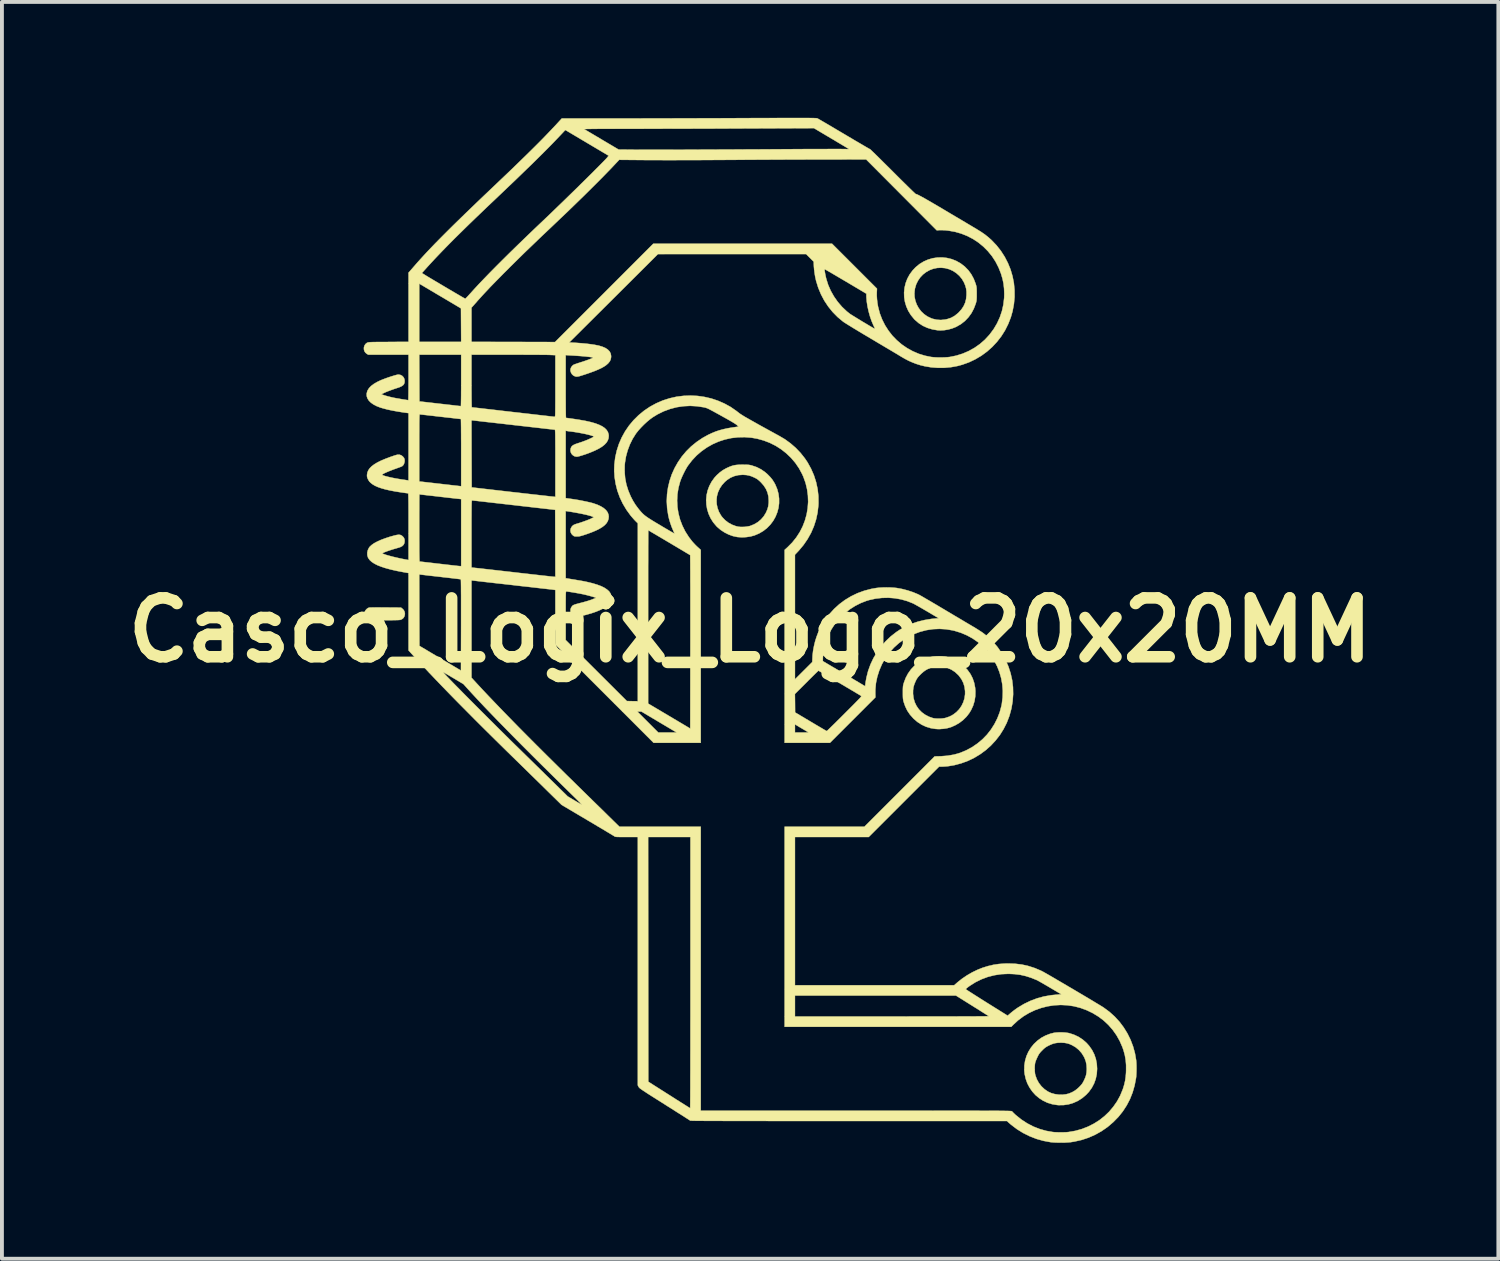
<source format=kicad_pcb>
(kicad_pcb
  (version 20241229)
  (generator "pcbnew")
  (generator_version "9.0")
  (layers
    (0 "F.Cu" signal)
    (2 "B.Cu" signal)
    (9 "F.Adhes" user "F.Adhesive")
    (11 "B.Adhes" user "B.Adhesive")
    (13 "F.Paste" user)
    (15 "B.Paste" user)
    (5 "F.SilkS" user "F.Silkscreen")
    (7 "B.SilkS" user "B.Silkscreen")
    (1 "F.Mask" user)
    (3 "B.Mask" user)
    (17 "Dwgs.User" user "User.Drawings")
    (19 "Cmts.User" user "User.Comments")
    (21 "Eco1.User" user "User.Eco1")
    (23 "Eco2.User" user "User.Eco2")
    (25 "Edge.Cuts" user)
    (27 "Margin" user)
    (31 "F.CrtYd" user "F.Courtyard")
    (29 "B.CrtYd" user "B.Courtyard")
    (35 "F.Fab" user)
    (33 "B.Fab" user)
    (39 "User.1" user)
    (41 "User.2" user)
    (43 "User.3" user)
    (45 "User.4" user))
  (footprint "Casco_Logix_Logo_20x20MM"
    (layer "F.Cu")
    (at 16.372 13.265)
    (property "Reference" "Casco_Logix_Logo_20x20MM" (at 0 0 0) (layer "F.SilkS") (effects (font (size 1.524 1.524) (thickness 0.3))))
    (attr through_hole)
    (fp_poly (pts (xy -9.567 -0.588) (xy -9.485 -0.587) (xy -9.437 -0.587) (xy -9.04 -0.584) (xy -9.006 -0.558) (xy -8.968 -0.519) (xy -8.945 -0.471) (xy -8.938 -0.42) (xy -8.947 -0.369) (xy -8.95 -0.361) (xy -8.971 -0.322) (xy -8.999 -0.294) (xy -9.033 -0.275) (xy -9.043 -0.271) (xy -9.055 -0.267) (xy -9.07 -0.265) (xy -9.091 -0.263) (xy -9.119 -0.261) (xy -9.156 -0.26) (xy -9.204 -0.259) (xy -9.264 -0.258) (xy -9.338 -0.258) (xy -9.429 -0.258) (xy -9.461 -0.258) (xy -9.556 -0.258) (xy -9.636 -0.258) (xy -9.7 -0.259) (xy -9.751 -0.259) (xy -9.791 -0.26) (xy -9.822 -0.262) (xy -9.845 -0.264) (xy -9.862 -0.266) (xy -9.875 -0.27) (xy -9.886 -0.274) (xy -9.89 -0.275) (xy -9.932 -0.304) (xy -9.964 -0.345) (xy -9.981 -0.393) (xy -9.984 -0.445) (xy -9.976 -0.481) (xy -9.959 -0.513) (xy -9.931 -0.545) (xy -9.898 -0.57) (xy -9.866 -0.584) (xy -9.864 -0.584) (xy -9.848 -0.585) (xy -9.816 -0.586) (xy -9.77 -0.587) (xy -9.712 -0.588) (xy -9.644 -0.588) (xy -9.567 -0.588)) (stroke (width 0.01) (type solid)) (fill yes) (layer "F.SilkS"))
    (fp_poly (pts (xy 5.096 -9.636) (xy 5.218 -9.606) (xy 5.335 -9.56) (xy 5.446 -9.497) (xy 5.451 -9.494) (xy 5.555 -9.414) (xy 5.647 -9.32) (xy 5.725 -9.214) (xy 5.788 -9.098) (xy 5.837 -8.971) (xy 5.841 -8.959) (xy 5.85 -8.928) (xy 5.857 -8.902) (xy 5.861 -8.875) (xy 5.864 -8.845) (xy 5.865 -8.807) (xy 5.866 -8.758) (xy 5.866 -8.706) (xy 5.866 -8.644) (xy 5.865 -8.597) (xy 5.863 -8.561) (xy 5.86 -8.532) (xy 5.855 -8.506) (xy 5.848 -8.479) (xy 5.841 -8.455) (xy 5.792 -8.326) (xy 5.73 -8.208) (xy 5.653 -8.102) (xy 5.564 -8.008) (xy 5.462 -7.927) (xy 5.347 -7.86) (xy 5.325 -7.849) (xy 5.229 -7.811) (xy 5.126 -7.783) (xy 5.023 -7.766) (xy 4.923 -7.76) (xy 4.855 -7.764) (xy 4.717 -7.788) (xy 4.588 -7.827) (xy 4.47 -7.881) (xy 4.362 -7.951) (xy 4.265 -8.035) (xy 4.244 -8.057) (xy 4.161 -8.159) (xy 4.094 -8.267) (xy 4.043 -8.382) (xy 4.008 -8.5) (xy 3.989 -8.621) (xy 3.986 -8.735) (xy 4.253 -8.735) (xy 4.257 -8.628) (xy 4.278 -8.526) (xy 4.314 -8.428) (xy 4.364 -8.337) (xy 4.427 -8.254) (xy 4.503 -8.182) (xy 4.59 -8.121) (xy 4.687 -8.075) (xy 4.722 -8.062) (xy 4.83 -8.037) (xy 4.939 -8.03) (xy 5.052 -8.042) (xy 5.106 -8.054) (xy 5.202 -8.086) (xy 5.291 -8.135) (xy 5.374 -8.201) (xy 5.402 -8.227) (xy 5.474 -8.308) (xy 5.528 -8.39) (xy 5.567 -8.477) (xy 5.591 -8.571) (xy 5.602 -8.675) (xy 5.602 -8.765) (xy 5.592 -8.845) (xy 5.57 -8.923) (xy 5.536 -9.005) (xy 5.535 -9.006) (xy 5.483 -9.094) (xy 5.416 -9.175) (xy 5.337 -9.245) (xy 5.248 -9.303) (xy 5.157 -9.344) (xy 5.051 -9.373) (xy 4.945 -9.383) (xy 4.842 -9.378) (xy 4.741 -9.357) (xy 4.646 -9.321) (xy 4.557 -9.271) (xy 4.476 -9.209) (xy 4.405 -9.135) (xy 4.346 -9.049) (xy 4.299 -8.954) (xy 4.268 -8.849) (xy 4.266 -8.842) (xy 4.253 -8.735) (xy 3.986 -8.735) (xy 3.986 -8.743) (xy 3.998 -8.864) (xy 4.026 -8.983) (xy 4.07 -9.099) (xy 4.13 -9.209) (xy 4.205 -9.311) (xy 4.285 -9.396) (xy 4.385 -9.478) (xy 4.493 -9.544) (xy 4.607 -9.594) (xy 4.727 -9.629) (xy 4.849 -9.647) (xy 4.973 -9.65) (xy 5.096 -9.636)) (stroke (width 0.01) (type solid)) (fill yes) (layer "F.SilkS"))
    (fp_poly (pts (xy -0.131 -4.283) (xy -0.083 -4.282) (xy -0.045 -4.28) (xy -0.013 -4.276) (xy 0.017 -4.27) (xy 0.046 -4.262) (xy 0.17 -4.22) (xy 0.284 -4.162) (xy 0.39 -4.087) (xy 0.454 -4.031) (xy 0.522 -3.961) (xy 0.578 -3.892) (xy 0.625 -3.817) (xy 0.65 -3.771) (xy 0.7 -3.652) (xy 0.733 -3.53) (xy 0.749 -3.407) (xy 0.749 -3.285) (xy 0.733 -3.165) (xy 0.702 -3.049) (xy 0.657 -2.937) (xy 0.598 -2.832) (xy 0.525 -2.735) (xy 0.44 -2.647) (xy 0.343 -2.57) (xy 0.234 -2.505) (xy 0.115 -2.454) (xy 0.106 -2.451) (xy 0.008 -2.425) (xy -0.1 -2.409) (xy -0.21 -2.403) (xy -0.316 -2.41) (xy -0.336 -2.412) (xy -0.446 -2.436) (xy -0.557 -2.476) (xy -0.664 -2.53) (xy -0.764 -2.596) (xy -0.852 -2.671) (xy -0.873 -2.692) (xy -0.957 -2.792) (xy -1.025 -2.901) (xy -1.077 -3.015) (xy -1.113 -3.133) (xy -1.133 -3.253) (xy -1.138 -3.367) (xy -0.871 -3.367) (xy -0.866 -3.263) (xy -0.845 -3.161) (xy -0.807 -3.061) (xy -0.753 -2.966) (xy -0.719 -2.921) (xy -0.648 -2.847) (xy -0.564 -2.782) (xy -0.47 -2.73) (xy -0.37 -2.693) (xy -0.306 -2.678) (xy -0.257 -2.673) (xy -0.198 -2.672) (xy -0.133 -2.675) (xy -0.072 -2.683) (xy -0.019 -2.693) (xy -0.005 -2.697) (xy 0.102 -2.739) (xy 0.197 -2.795) (xy 0.281 -2.865) (xy 0.353 -2.948) (xy 0.41 -3.042) (xy 0.414 -3.051) (xy 0.448 -3.13) (xy 0.469 -3.208) (xy 0.48 -3.292) (xy 0.481 -3.35) (xy 0.474 -3.459) (xy 0.45 -3.56) (xy 0.41 -3.654) (xy 0.353 -3.743) (xy 0.281 -3.825) (xy 0.242 -3.863) (xy 0.209 -3.891) (xy 0.179 -3.914) (xy 0.145 -3.933) (xy 0.11 -3.951) (xy 0.037 -3.983) (xy -0.03 -4.004) (xy -0.096 -4.016) (xy -0.169 -4.021) (xy -0.195 -4.022) (xy -0.306 -4.014) (xy -0.409 -3.989) (xy -0.505 -3.949) (xy -0.595 -3.89) (xy -0.654 -3.84) (xy -0.729 -3.757) (xy -0.788 -3.667) (xy -0.832 -3.571) (xy -0.86 -3.47) (xy -0.871 -3.367) (xy -1.138 -3.367) (xy -1.138 -3.375) (xy -1.127 -3.497) (xy -1.1 -3.616) (xy -1.057 -3.731) (xy -0.999 -3.841) (xy -0.925 -3.945) (xy -0.864 -4.012) (xy -0.789 -4.08) (xy -0.714 -4.136) (xy -0.631 -4.184) (xy -0.597 -4.201) (xy -0.532 -4.23) (xy -0.473 -4.252) (xy -0.417 -4.267) (xy -0.358 -4.277) (xy -0.292 -4.282) (xy -0.213 -4.284) (xy -0.193 -4.284) (xy -0.131 -4.283)) (stroke (width 0.01) (type solid)) (fill yes) (layer "F.SilkS"))
    (fp_poly (pts (xy 8.075 10.414) (xy 8.151 10.418) (xy 8.22 10.427) (xy 8.258 10.434) (xy 8.385 10.475) (xy 8.504 10.531) (xy 8.612 10.602) (xy 8.71 10.688) (xy 8.776 10.762) (xy 8.852 10.87) (xy 8.91 10.984) (xy 8.951 11.104) (xy 8.975 11.231) (xy 8.983 11.358) (xy 8.974 11.491) (xy 8.948 11.617) (xy 8.905 11.737) (xy 8.846 11.849) (xy 8.77 11.954) (xy 8.699 12.03) (xy 8.597 12.116) (xy 8.486 12.187) (xy 8.369 12.24) (xy 8.246 12.277) (xy 8.118 12.296) (xy 7.985 12.298) (xy 7.945 12.294) (xy 7.818 12.273) (xy 7.698 12.236) (xy 7.586 12.183) (xy 7.482 12.116) (xy 7.388 12.037) (xy 7.306 11.946) (xy 7.235 11.844) (xy 7.177 11.734) (xy 7.135 11.616) (xy 7.107 11.491) (xy 7.098 11.402) (xy 7.099 11.367) (xy 7.367 11.367) (xy 7.37 11.43) (xy 7.376 11.486) (xy 7.384 11.522) (xy 7.421 11.626) (xy 7.474 11.723) (xy 7.542 11.811) (xy 7.623 11.887) (xy 7.712 11.948) (xy 7.794 11.986) (xy 7.887 12.012) (xy 7.985 12.026) (xy 8.084 12.028) (xy 8.179 12.017) (xy 8.254 11.998) (xy 8.338 11.963) (xy 8.412 11.92) (xy 8.481 11.866) (xy 8.522 11.827) (xy 8.561 11.786) (xy 8.59 11.752) (xy 8.613 11.717) (xy 8.635 11.676) (xy 8.643 11.66) (xy 8.676 11.587) (xy 8.698 11.52) (xy 8.71 11.453) (xy 8.715 11.379) (xy 8.715 11.355) (xy 8.709 11.256) (xy 8.691 11.166) (xy 8.659 11.08) (xy 8.642 11.045) (xy 8.583 10.95) (xy 8.51 10.868) (xy 8.426 10.798) (xy 8.334 10.745) (xy 8.266 10.715) (xy 8.202 10.696) (xy 8.136 10.685) (xy 8.061 10.681) (xy 8.043 10.681) (xy 7.971 10.683) (xy 7.909 10.691) (xy 7.85 10.705) (xy 7.789 10.728) (xy 7.73 10.755) (xy 7.687 10.778) (xy 7.651 10.8) (xy 7.618 10.826) (xy 7.58 10.861) (xy 7.564 10.878) (xy 7.526 10.916) (xy 7.499 10.948) (xy 7.476 10.98) (xy 7.455 11.018) (xy 7.438 11.053) (xy 7.418 11.097) (xy 7.399 11.141) (xy 7.386 11.179) (xy 7.379 11.2) (xy 7.372 11.246) (xy 7.368 11.304) (xy 7.367 11.367) (xy 7.099 11.367) (xy 7.1 11.273) (xy 7.119 11.149) (xy 7.154 11.029) (xy 7.204 10.917) (xy 7.269 10.812) (xy 7.346 10.716) (xy 7.436 10.631) (xy 7.536 10.557) (xy 7.647 10.497) (xy 7.767 10.451) (xy 7.864 10.426) (xy 7.925 10.418) (xy 7.998 10.414) (xy 8.075 10.414)) (stroke (width 0.01) (type solid)) (fill yes) (layer "F.SilkS"))
    (fp_poly (pts (xy 4.962 0.678) (xy 5.034 0.684) (xy 5.095 0.694) (xy 5.109 0.698) (xy 5.227 0.735) (xy 5.331 0.782) (xy 5.425 0.84) (xy 5.514 0.911) (xy 5.538 0.933) (xy 5.629 1.031) (xy 5.703 1.135) (xy 5.76 1.246) (xy 5.8 1.364) (xy 5.825 1.491) (xy 5.832 1.578) (xy 5.829 1.711) (xy 5.809 1.837) (xy 5.772 1.958) (xy 5.718 2.074) (xy 5.668 2.155) (xy 5.597 2.245) (xy 5.513 2.327) (xy 5.419 2.399) (xy 5.317 2.459) (xy 5.211 2.507) (xy 5.103 2.539) (xy 4.997 2.555) (xy 4.96 2.557) (xy 4.928 2.56) (xy 4.906 2.562) (xy 4.905 2.562) (xy 4.886 2.562) (xy 4.854 2.561) (xy 4.815 2.558) (xy 4.799 2.557) (xy 4.674 2.537) (xy 4.553 2.5) (xy 4.438 2.446) (xy 4.33 2.376) (xy 4.231 2.291) (xy 4.224 2.283) (xy 4.138 2.186) (xy 4.068 2.083) (xy 4.014 1.97) (xy 3.973 1.852) (xy 3.966 1.823) (xy 3.961 1.794) (xy 3.957 1.763) (xy 3.955 1.724) (xy 3.954 1.674) (xy 3.954 1.645) (xy 4.217 1.645) (xy 4.217 1.651) (xy 4.231 1.762) (xy 4.261 1.866) (xy 4.307 1.962) (xy 4.367 2.049) (xy 4.442 2.125) (xy 4.529 2.189) (xy 4.628 2.241) (xy 4.735 2.278) (xy 4.782 2.286) (xy 4.84 2.29) (xy 4.905 2.291) (xy 4.97 2.287) (xy 5.029 2.279) (xy 5.058 2.273) (xy 5.161 2.238) (xy 5.255 2.188) (xy 5.339 2.124) (xy 5.412 2.049) (xy 5.472 1.963) (xy 5.518 1.868) (xy 5.55 1.767) (xy 5.565 1.659) (xy 5.565 1.578) (xy 5.551 1.469) (xy 5.52 1.367) (xy 5.472 1.271) (xy 5.407 1.182) (xy 5.385 1.158) (xy 5.302 1.082) (xy 5.21 1.022) (xy 5.112 0.978) (xy 5.009 0.951) (xy 4.902 0.94) (xy 4.793 0.948) (xy 4.684 0.973) (xy 4.663 0.98) (xy 4.601 1.005) (xy 4.545 1.036) (xy 4.49 1.075) (xy 4.432 1.126) (xy 4.411 1.147) (xy 4.373 1.186) (xy 4.345 1.218) (xy 4.323 1.248) (xy 4.303 1.282) (xy 4.286 1.317) (xy 4.251 1.399) (xy 4.228 1.477) (xy 4.218 1.557) (xy 4.217 1.645) (xy 3.954 1.645) (xy 3.954 1.615) (xy 3.954 1.554) (xy 3.955 1.508) (xy 3.957 1.472) (xy 3.96 1.443) (xy 3.965 1.416) (xy 3.973 1.388) (xy 3.979 1.367) (xy 4.027 1.238) (xy 4.089 1.121) (xy 4.165 1.015) (xy 4.254 0.921) (xy 4.354 0.841) (xy 4.466 0.774) (xy 4.588 0.723) (xy 4.675 0.697) (xy 4.735 0.686) (xy 4.807 0.679) (xy 4.884 0.676) (xy 4.962 0.678)) (stroke (width 0.01) (type solid)) (fill yes) (layer "F.SilkS"))
    (fp_poly (pts (xy 1.272 -13.26) (xy 1.357 -13.26) (xy 1.43 -13.26) (xy 1.494 -13.26) (xy 1.548 -13.259) (xy 1.594 -13.259) (xy 1.632 -13.258) (xy 1.663 -13.257) (xy 1.688 -13.256) (xy 1.707 -13.255) (xy 1.721 -13.254) (xy 1.731 -13.252) (xy 1.738 -13.251) (xy 1.739 -13.25) (xy 1.752 -13.244) (xy 1.78 -13.228) (xy 1.82 -13.205) (xy 1.873 -13.174) (xy 1.937 -13.137) (xy 2.01 -13.094) (xy 2.092 -13.046) (xy 2.181 -12.993) (xy 2.275 -12.937) (xy 2.375 -12.878) (xy 2.433 -12.844) (xy 2.534 -12.784) (xy 2.631 -12.727) (xy 2.721 -12.673) (xy 2.806 -12.624) (xy 2.882 -12.579) (xy 2.949 -12.54) (xy 3.005 -12.507) (xy 3.05 -12.481) (xy 3.082 -12.463) (xy 3.101 -12.453) (xy 3.104 -12.452) (xy 3.112 -12.445) (xy 3.132 -12.427) (xy 3.163 -12.397) (xy 3.205 -12.357) (xy 3.255 -12.308) (xy 3.314 -12.25) (xy 3.38 -12.185) (xy 3.452 -12.113) (xy 3.53 -12.036) (xy 3.613 -11.954) (xy 3.695 -11.872) (xy 3.781 -11.786) (xy 3.863 -11.704) (xy 3.941 -11.627) (xy 4.013 -11.556) (xy 4.079 -11.491) (xy 4.138 -11.433) (xy 4.188 -11.384) (xy 4.229 -11.345) (xy 4.26 -11.316) (xy 4.279 -11.298) (xy 4.287 -11.292) (xy 4.3 -11.289) (xy 4.321 -11.281) (xy 4.352 -11.267) (xy 4.392 -11.246) (xy 4.443 -11.219) (xy 4.505 -11.185) (xy 4.578 -11.143) (xy 4.665 -11.093) (xy 4.764 -11.035) (xy 4.877 -10.969) (xy 5.005 -10.893) (xy 5.108 -10.832) (xy 5.21 -10.771) (xy 5.311 -10.711) (xy 5.409 -10.654) (xy 5.501 -10.599) (xy 5.587 -10.548) (xy 5.665 -10.501) (xy 5.733 -10.461) (xy 5.791 -10.426) (xy 5.836 -10.4) (xy 5.867 -10.381) (xy 5.871 -10.378) (xy 5.981 -10.31) (xy 6.078 -10.243) (xy 6.166 -10.173) (xy 6.248 -10.1) (xy 6.378 -9.964) (xy 6.492 -9.819) (xy 6.591 -9.665) (xy 6.674 -9.504) (xy 6.742 -9.337) (xy 6.793 -9.164) (xy 6.828 -8.987) (xy 6.845 -8.807) (xy 6.846 -8.625) (xy 6.829 -8.443) (xy 6.795 -8.261) (xy 6.749 -8.099) (xy 6.682 -7.927) (xy 6.6 -7.763) (xy 6.503 -7.609) (xy 6.392 -7.466) (xy 6.268 -7.333) (xy 6.133 -7.213) (xy 5.987 -7.106) (xy 5.83 -7.013) (xy 5.666 -6.935) (xy 5.493 -6.873) (xy 5.368 -6.839) (xy 5.204 -6.809) (xy 5.033 -6.793) (xy 4.859 -6.792) (xy 4.687 -6.805) (xy 4.521 -6.833) (xy 4.406 -6.861) (xy 4.298 -6.895) (xy 4.199 -6.933) (xy 4.102 -6.976) (xy 4.003 -7.028) (xy 3.896 -7.09) (xy 3.879 -7.101) (xy 3.857 -7.114) (xy 3.82 -7.137) (xy 3.77 -7.167) (xy 3.709 -7.203) (xy 3.637 -7.246) (xy 3.556 -7.294) (xy 3.468 -7.346) (xy 3.374 -7.402) (xy 3.276 -7.46) (xy 3.174 -7.521) (xy 3.138 -7.542) (xy 3.036 -7.603) (xy 2.936 -7.662) (xy 2.841 -7.719) (xy 2.752 -7.773) (xy 2.669 -7.823) (xy 2.596 -7.868) (xy 2.531 -7.908) (xy 2.479 -7.941) (xy 2.438 -7.967) (xy 2.412 -7.984) (xy 2.407 -7.988) (xy 2.265 -8.106) (xy 2.136 -8.237) (xy 2.021 -8.38) (xy 1.92 -8.532) (xy 1.834 -8.695) (xy 1.763 -8.866) (xy 1.708 -9.043) (xy 1.684 -9.151) (xy 1.674 -9.212) (xy 1.664 -9.281) (xy 1.658 -9.336) (xy 1.926 -9.336) (xy 1.928 -9.311) (xy 1.934 -9.275) (xy 1.941 -9.232) (xy 1.95 -9.186) (xy 1.96 -9.141) (xy 1.97 -9.099) (xy 1.97 -9.098) (xy 2.02 -8.939) (xy 2.087 -8.786) (xy 2.17 -8.639) (xy 2.267 -8.5) (xy 2.377 -8.372) (xy 2.5 -8.255) (xy 2.579 -8.192) (xy 2.596 -8.18) (xy 2.625 -8.162) (xy 2.665 -8.137) (xy 2.714 -8.107) (xy 2.769 -8.073) (xy 2.828 -8.037) (xy 2.89 -7.999) (xy 2.952 -7.962) (xy 3.013 -7.926) (xy 3.069 -7.892) (xy 3.12 -7.862) (xy 3.163 -7.837) (xy 3.196 -7.819) (xy 3.217 -7.807) (xy 3.223 -7.805) (xy 3.23 -7.807) (xy 3.23 -7.807) (xy 3.227 -7.817) (xy 3.217 -7.839) (xy 3.202 -7.87) (xy 3.189 -7.898) (xy 3.143 -8.007) (xy 3.102 -8.127) (xy 3.067 -8.253) (xy 3.039 -8.38) (xy 3.02 -8.504) (xy 3.01 -8.62) (xy 3.009 -8.664) (xy 3.009 -8.712) (xy 2.47 -9.032) (xy 2.379 -9.085) (xy 2.293 -9.136) (xy 2.213 -9.183) (xy 2.14 -9.226) (xy 2.076 -9.264) (xy 2.021 -9.295) (xy 1.978 -9.32) (xy 1.947 -9.337) (xy 1.93 -9.346) (xy 1.927 -9.347) (xy 1.926 -9.336) (xy 1.658 -9.336) (xy 1.656 -9.352) (xy 1.65 -9.419) (xy 1.648 -9.476) (xy 1.647 -9.493) (xy 1.647 -9.539) (xy 1.548 -9.638) (xy 1.449 -9.737) (xy -2.388 -9.736) (xy -3.536 -8.592) (xy -4.684 -7.449) (xy -4.494 -7.438) (xy -4.365 -7.428) (xy -4.242 -7.417) (xy -4.129 -7.403) (xy -4.028 -7.388) (xy -3.942 -7.371) (xy -3.921 -7.367) (xy -3.825 -7.338) (xy -3.746 -7.304) (xy -3.684 -7.262) (xy -3.639 -7.215) (xy -3.611 -7.161) (xy -3.6 -7.1) (xy -3.6 -7.07) (xy -3.61 -7.012) (xy -3.633 -6.961) (xy -3.672 -6.912) (xy -3.684 -6.9) (xy -3.729 -6.861) (xy -3.785 -6.823) (xy -3.853 -6.785) (xy -3.935 -6.747) (xy -4.031 -6.707) (xy -4.143 -6.666) (xy -4.233 -6.635) (xy -4.305 -6.611) (xy -4.363 -6.593) (xy -4.407 -6.579) (xy -4.442 -6.57) (xy -4.468 -6.566) (xy -4.49 -6.564) (xy -4.508 -6.565) (xy -4.526 -6.569) (xy -4.533 -6.571) (xy -4.577 -6.592) (xy -4.613 -6.626) (xy -4.639 -6.67) (xy -4.653 -6.717) (xy -4.651 -6.76) (xy -4.636 -6.801) (xy -4.609 -6.84) (xy -4.574 -6.869) (xy -4.559 -6.876) (xy -4.538 -6.884) (xy -4.503 -6.896) (xy -4.459 -6.911) (xy -4.409 -6.927) (xy -4.385 -6.935) (xy -4.327 -6.953) (xy -4.266 -6.974) (xy -4.209 -6.994) (xy -4.16 -7.012) (xy -4.151 -7.015) (xy -4.11 -7.032) (xy -4.084 -7.043) (xy -4.072 -7.051) (xy -4.071 -7.056) (xy -4.078 -7.06) (xy -4.102 -7.065) (xy -4.143 -7.072) (xy -4.195 -7.078) (xy -4.256 -7.085) (xy -4.324 -7.091) (xy -4.395 -7.097) (xy -4.466 -7.102) (xy -4.496 -7.104) (xy -4.554 -7.108) (xy -4.61 -7.111) (xy -4.66 -7.114) (xy -4.699 -7.116) (xy -4.719 -7.118) (xy -4.776 -7.121) (xy -4.776 -6.308) (xy -4.776 -6.152) (xy -4.776 -6.013) (xy -4.775 -5.889) (xy -4.775 -5.781) (xy -4.774 -5.69) (xy -4.773 -5.616) (xy -4.772 -5.559) (xy -4.77 -5.52) (xy -4.768 -5.498) (xy -4.767 -5.494) (xy -4.747 -5.493) (xy -4.712 -5.489) (xy -4.664 -5.482) (xy -4.608 -5.474) (xy -4.546 -5.465) (xy -4.481 -5.455) (xy -4.417 -5.445) (xy -4.357 -5.434) (xy -4.303 -5.425) (xy -4.259 -5.417) (xy -4.256 -5.416) (xy -4.123 -5.386) (xy -4.008 -5.353) (xy -3.91 -5.316) (xy -3.829 -5.276) (xy -3.764 -5.231) (xy -3.716 -5.182) (xy -3.683 -5.129) (xy -3.665 -5.07) (xy -3.661 -5.03) (xy -3.667 -4.968) (xy -3.687 -4.91) (xy -3.722 -4.854) (xy -3.772 -4.801) (xy -3.838 -4.749) (xy -3.92 -4.699) (xy -4.019 -4.65) (xy -4.13 -4.603) (xy -4.187 -4.581) (xy -4.247 -4.559) (xy -4.307 -4.539) (xy -4.364 -4.521) (xy -4.415 -4.506) (xy -4.456 -4.496) (xy -4.484 -4.491) (xy -4.489 -4.491) (xy -4.54 -4.499) (xy -4.584 -4.523) (xy -4.619 -4.557) (xy -4.643 -4.601) (xy -4.653 -4.649) (xy -4.647 -4.699) (xy -4.636 -4.73) (xy -4.621 -4.756) (xy -4.598 -4.778) (xy -4.567 -4.797) (xy -4.523 -4.817) (xy -4.464 -4.837) (xy -4.44 -4.845) (xy -4.361 -4.871) (xy -4.282 -4.9) (xy -4.209 -4.929) (xy -4.144 -4.958) (xy -4.091 -4.983) (xy -4.079 -4.99) (xy -4.039 -5.013) (xy -4.079 -5.028) (xy -4.129 -5.045) (xy -4.194 -5.062) (xy -4.27 -5.08) (xy -4.356 -5.097) (xy -4.446 -5.114) (xy -4.539 -5.129) (xy -4.63 -5.142) (xy -4.652 -5.144) (xy -4.692 -5.149) (xy -4.726 -5.154) (xy -4.75 -5.158) (xy -4.756 -5.159) (xy -4.776 -5.163) (xy -4.776 -3.418) (xy -4.627 -3.397) (xy -4.534 -3.383) (xy -4.437 -3.367) (xy -4.34 -3.348) (xy -4.247 -3.329) (xy -4.162 -3.31) (xy -4.09 -3.292) (xy -4.066 -3.285) (xy -3.958 -3.248) (xy -3.867 -3.206) (xy -3.791 -3.159) (xy -3.733 -3.108) (xy -3.691 -3.052) (xy -3.668 -2.992) (xy -3.661 -2.942) (xy -3.667 -2.882) (xy -3.685 -2.826) (xy -3.716 -2.773) (xy -3.762 -2.722) (xy -3.822 -2.674) (xy -3.898 -2.627) (xy -3.99 -2.581) (xy -4.099 -2.535) (xy -4.225 -2.489) (xy -4.244 -2.483) (xy -4.306 -2.462) (xy -4.354 -2.447) (xy -4.391 -2.437) (xy -4.422 -2.43) (xy -4.449 -2.427) (xy -4.475 -2.426) (xy -4.482 -2.426) (xy -4.52 -2.426) (xy -4.545 -2.429) (xy -4.564 -2.436) (xy -4.583 -2.449) (xy -4.586 -2.451) (xy -4.624 -2.49) (xy -4.647 -2.536) (xy -4.653 -2.586) (xy -4.643 -2.635) (xy -4.617 -2.681) (xy -4.603 -2.697) (xy -4.576 -2.72) (xy -4.543 -2.736) (xy -4.5 -2.751) (xy -4.432 -2.771) (xy -4.361 -2.794) (xy -4.291 -2.819) (xy -4.225 -2.843) (xy -4.167 -2.866) (xy -4.123 -2.885) (xy -4.114 -2.89) (xy -4.045 -2.924) (xy -4.082 -2.94) (xy -4.124 -2.955) (xy -4.183 -2.972) (xy -4.256 -2.99) (xy -4.342 -3.009) (xy -4.438 -3.028) (xy -4.542 -3.047) (xy -4.652 -3.066) (xy -4.742 -3.079) (xy -4.776 -3.085) (xy -4.776 -1.344) (xy -4.746 -1.34) (xy -4.642 -1.322) (xy -4.553 -1.308) (xy -4.479 -1.295) (xy -4.418 -1.285) (xy -4.366 -1.276) (xy -4.323 -1.268) (xy -4.286 -1.261) (xy -4.254 -1.254) (xy -4.224 -1.248) (xy -4.216 -1.246) (xy -4.08 -1.213) (xy -3.961 -1.177) (xy -3.859 -1.139) (xy -3.775 -1.098) (xy -3.707 -1.053) (xy -3.654 -1.006) (xy -3.618 -0.955) (xy -3.596 -0.9) (xy -3.589 -0.841) (xy -3.595 -0.794) (xy -3.612 -0.743) (xy -3.636 -0.697) (xy -3.653 -0.674) (xy -3.711 -0.622) (xy -3.786 -0.572) (xy -3.879 -0.524) (xy -3.989 -0.478) (xy -4.115 -0.435) (xy -4.256 -0.395) (xy -4.385 -0.364) (xy -4.444 -0.352) (xy -4.491 -0.347) (xy -4.527 -0.349) (xy -4.557 -0.359) (xy -4.585 -0.378) (xy -4.603 -0.395) (xy -4.635 -0.439) (xy -4.651 -0.487) (xy -4.651 -0.537) (xy -4.635 -0.585) (xy -4.604 -0.628) (xy -4.594 -0.637) (xy -4.574 -0.649) (xy -4.543 -0.662) (xy -4.498 -0.676) (xy -4.437 -0.692) (xy -4.43 -0.694) (xy -4.307 -0.726) (xy -4.203 -0.756) (xy -4.116 -0.785) (xy -4.052 -0.81) (xy -3.989 -0.836) (xy -4.017 -0.847) (xy -4.047 -0.857) (xy -4.091 -0.87) (xy -4.144 -0.885) (xy -4.201 -0.9) (xy -4.257 -0.914) (xy -4.308 -0.926) (xy -4.32 -0.929) (xy -4.356 -0.936) (xy -4.402 -0.945) (xy -4.455 -0.955) (xy -4.513 -0.965) (xy -4.571 -0.975) (xy -4.627 -0.984) (xy -4.677 -0.992) (xy -4.719 -0.998) (xy -4.747 -1.002) (xy -4.76 -1.003) (xy -4.763 -1.002) (xy -4.766 -1) (xy -4.768 -0.993) (xy -4.77 -0.982) (xy -4.772 -0.965) (xy -4.773 -0.941) (xy -4.774 -0.908) (xy -4.775 -0.865) (xy -4.775 -0.811) (xy -4.776 -0.745) (xy -4.776 -0.665) (xy -4.776 -0.57) (xy -4.776 -0.459) (xy -4.776 -0.374) (xy -4.776 0.256) (xy -3.984 1.046) (xy -3.192 1.836) (xy -3.05 1.839) (xy -2.908 1.841) (xy -2.908 -0.343) (xy -2.641 -0.343) (xy -2.641 1.901) (xy -2.096 2.224) (xy -1.551 2.548) (xy -1.548 0.306) (xy -1.548 0.104) (xy -1.548 -0.093) (xy -1.548 -0.285) (xy -1.548 -0.47) (xy -1.548 -0.647) (xy -1.548 -0.817) (xy -1.548 -0.978) (xy -1.548 -1.13) (xy -1.549 -1.271) (xy -1.549 -1.401) (xy -1.549 -1.519) (xy -1.55 -1.624) (xy -1.55 -1.715) (xy -1.551 -1.793) (xy -1.551 -1.855) (xy -1.552 -1.901) (xy -1.552 -1.93) (xy -1.553 -1.942) (xy -1.553 -1.943) (xy -1.562 -1.948) (xy -1.585 -1.963) (xy -1.621 -1.984) (xy -1.668 -2.012) (xy -1.724 -2.046) (xy -1.788 -2.084) (xy -1.859 -2.126) (xy -1.934 -2.171) (xy -2.012 -2.217) (xy -2.092 -2.265) (xy -2.172 -2.312) (xy -2.251 -2.359) (xy -2.327 -2.404) (xy -2.398 -2.446) (xy -2.462 -2.484) (xy -2.519 -2.517) (xy -2.567 -2.545) (xy -2.603 -2.567) (xy -2.627 -2.58) (xy -2.637 -2.586) (xy -2.637 -2.586) (xy -2.638 -2.577) (xy -2.638 -2.55) (xy -2.638 -2.507) (xy -2.639 -2.447) (xy -2.639 -2.372) (xy -2.639 -2.283) (xy -2.64 -2.18) (xy -2.64 -2.064) (xy -2.64 -1.936) (xy -2.64 -1.797) (xy -2.641 -1.648) (xy -2.641 -1.488) (xy -2.641 -1.32) (xy -2.641 -1.143) (xy -2.641 -0.959) (xy -2.641 -0.769) (xy -2.641 -0.573) (xy -2.641 -0.371) (xy -2.641 -0.343) (xy -2.908 -0.343) (xy -2.908 -2.766) (xy -2.964 -2.821) (xy -2.993 -2.851) (xy -3.028 -2.89) (xy -3.065 -2.933) (xy -3.095 -2.968) (xy -3.204 -3.118) (xy -3.298 -3.276) (xy -3.376 -3.441) (xy -3.438 -3.612) (xy -3.482 -3.788) (xy -3.51 -3.967) (xy -3.517 -4.096) (xy -3.25 -4.096) (xy -3.236 -3.931) (xy -3.205 -3.771) (xy -3.155 -3.613) (xy -3.092 -3.462) (xy -3.034 -3.351) (xy -2.972 -3.25) (xy -2.901 -3.154) (xy -2.87 -3.115) (xy -2.84 -3.08) (xy -2.812 -3.048) (xy -2.784 -3.019) (xy -2.755 -2.992) (xy -2.723 -2.965) (xy -2.685 -2.937) (xy -2.642 -2.907) (xy -2.589 -2.873) (xy -2.527 -2.834) (xy -2.453 -2.789) (xy -2.365 -2.737) (xy -2.328 -2.715) (xy -2.242 -2.663) (xy -2.17 -2.621) (xy -2.111 -2.586) (xy -2.064 -2.559) (xy -2.028 -2.538) (xy -2.001 -2.523) (xy -1.982 -2.513) (xy -1.97 -2.507) (xy -1.963 -2.505) (xy -1.96 -2.506) (xy -1.96 -2.507) (xy -1.964 -2.516) (xy -1.974 -2.538) (xy -1.988 -2.569) (xy -1.996 -2.587) (xy -2.034 -2.678) (xy -2.07 -2.781) (xy -2.101 -2.887) (xy -2.121 -2.977) (xy -2.149 -3.158) (xy -2.159 -3.338) (xy -2.151 -3.517) (xy -2.126 -3.693) (xy -2.085 -3.865) (xy -2.029 -4.032) (xy -1.957 -4.193) (xy -1.87 -4.347) (xy -1.77 -4.493) (xy -1.655 -4.63) (xy -1.528 -4.756) (xy -1.387 -4.871) (xy -1.235 -4.974) (xy -1.09 -5.055) (xy -0.991 -5.101) (xy -0.895 -5.141) (xy -0.796 -5.174) (xy -0.692 -5.202) (xy -0.578 -5.227) (xy -0.453 -5.248) (xy -0.355 -5.262) (xy -0.301 -5.269) (xy -0.338 -5.306) (xy -0.354 -5.32) (xy -0.38 -5.338) (xy -0.419 -5.363) (xy -0.47 -5.394) (xy -0.534 -5.431) (xy -0.613 -5.476) (xy -0.707 -5.528) (xy -0.742 -5.548) (xy -0.829 -5.596) (xy -0.902 -5.636) (xy -0.962 -5.669) (xy -1.011 -5.695) (xy -1.051 -5.716) (xy -1.083 -5.732) (xy -1.109 -5.744) (xy -1.132 -5.752) (xy -1.152 -5.759) (xy -1.172 -5.764) (xy -1.193 -5.769) (xy -1.197 -5.77) (xy -1.375 -5.797) (xy -1.553 -5.807) (xy -1.729 -5.798) (xy -1.903 -5.772) (xy -2.073 -5.727) (xy -2.239 -5.666) (xy -2.399 -5.587) (xy -2.523 -5.511) (xy -2.594 -5.459) (xy -2.67 -5.396) (xy -2.748 -5.324) (xy -2.822 -5.249) (xy -2.89 -5.174) (xy -2.946 -5.103) (xy -2.957 -5.089) (xy -3.042 -4.954) (xy -3.114 -4.808) (xy -3.172 -4.654) (xy -3.215 -4.497) (xy -3.241 -4.34) (xy -3.248 -4.268) (xy -3.25 -4.096) (xy -3.517 -4.096) (xy -3.52 -4.148) (xy -3.515 -4.286) (xy -3.493 -4.47) (xy -3.453 -4.649) (xy -3.397 -4.822) (xy -3.325 -4.988) (xy -3.238 -5.146) (xy -3.136 -5.295) (xy -3.02 -5.434) (xy -2.89 -5.563) (xy -2.748 -5.68) (xy -2.594 -5.784) (xy -2.433 -5.872) (xy -2.262 -5.946) (xy -2.087 -6.002) (xy -1.907 -6.043) (xy -1.726 -6.066) (xy -1.543 -6.073) (xy -1.361 -6.064) (xy -1.181 -6.038) (xy -1.004 -5.997) (xy -0.832 -5.939) (xy -0.665 -5.866) (xy -0.505 -5.778) (xy -0.355 -5.674) (xy -0.303 -5.633) (xy -0.281 -5.616) (xy -0.254 -5.597) (xy -0.22 -5.575) (xy -0.179 -5.549) (xy -0.128 -5.518) (xy -0.066 -5.483) (xy 0.008 -5.441) (xy 0.095 -5.392) (xy 0.196 -5.335) (xy 0.221 -5.321) (xy 0.307 -5.273) (xy 0.391 -5.227) (xy 0.471 -5.183) (xy 0.544 -5.143) (xy 0.61 -5.107) (xy 0.665 -5.076) (xy 0.71 -5.052) (xy 0.741 -5.035) (xy 0.75 -5.03) (xy 0.901 -4.941) (xy 1.045 -4.836) (xy 1.181 -4.718) (xy 1.305 -4.588) (xy 1.416 -4.448) (xy 1.486 -4.344) (xy 1.577 -4.179) (xy 1.651 -4.009) (xy 1.707 -3.834) (xy 1.746 -3.655) (xy 1.767 -3.472) (xy 1.769 -3.287) (xy 1.766 -3.225) (xy 1.745 -3.041) (xy 1.706 -2.862) (xy 1.65 -2.688) (xy 1.577 -2.519) (xy 1.487 -2.358) (xy 1.382 -2.205) (xy 1.261 -2.06) (xy 1.243 -2.041) (xy 1.16 -1.953) (xy 1.16 1.274) (xy 1.611 0.824) (xy 1.611 0.802) (xy 1.882 0.802) (xy 2.43 1.127) (xy 2.977 1.452) (xy 2.984 1.391) (xy 2.989 1.355) (xy 2.997 1.308) (xy 3.006 1.258) (xy 3.01 1.233) (xy 3.054 1.059) (xy 3.115 0.89) (xy 3.192 0.726) (xy 3.285 0.57) (xy 3.391 0.423) (xy 3.51 0.287) (xy 3.641 0.162) (xy 3.783 0.051) (xy 3.873 -0.009) (xy 4.024 -0.094) (xy 4.179 -0.164) (xy 4.341 -0.219) (xy 4.512 -0.261) (xy 4.694 -0.291) (xy 4.799 -0.301) (xy 4.882 -0.308) (xy 4.589 -0.482) (xy 4.518 -0.523) (xy 4.45 -0.563) (xy 4.385 -0.6) (xy 4.327 -0.633) (xy 4.278 -0.66) (xy 4.241 -0.681) (xy 4.219 -0.692) (xy 4.068 -0.752) (xy 3.91 -0.797) (xy 3.747 -0.826) (xy 3.581 -0.839) (xy 3.413 -0.835) (xy 3.247 -0.816) (xy 3.083 -0.78) (xy 3.01 -0.758) (xy 2.863 -0.701) (xy 2.719 -0.628) (xy 2.582 -0.541) (xy 2.453 -0.442) (xy 2.337 -0.333) (xy 2.291 -0.283) (xy 2.191 -0.156) (xy 2.103 -0.019) (xy 2.028 0.124) (xy 1.968 0.272) (xy 1.923 0.423) (xy 1.895 0.573) (xy 1.883 0.721) (xy 1.882 0.802) (xy 1.611 0.802) (xy 1.611 0.766) (xy 1.616 0.656) (xy 1.63 0.536) (xy 1.653 0.412) (xy 1.683 0.288) (xy 1.72 0.171) (xy 1.758 0.071) (xy 1.842 -0.102) (xy 1.939 -0.263) (xy 2.05 -0.412) (xy 2.173 -0.548) (xy 2.308 -0.671) (xy 2.454 -0.78) (xy 2.611 -0.875) (xy 2.776 -0.955) (xy 2.951 -1.019) (xy 3.133 -1.067) (xy 3.267 -1.091) (xy 3.342 -1.099) (xy 3.428 -1.104) (xy 3.521 -1.106) (xy 3.615 -1.105) (xy 3.703 -1.1) (xy 3.78 -1.093) (xy 3.796 -1.091) (xy 3.937 -1.065) (xy 4.078 -1.028) (xy 4.214 -0.983) (xy 4.34 -0.931) (xy 4.381 -0.911) (xy 4.399 -0.901) (xy 4.431 -0.883) (xy 4.476 -0.857) (xy 4.532 -0.824) (xy 4.599 -0.785) (xy 4.675 -0.741) (xy 4.758 -0.692) (xy 4.847 -0.64) (xy 4.94 -0.584) (xy 5.025 -0.534) (xy 5.125 -0.474) (xy 5.225 -0.415) (xy 5.322 -0.357) (xy 5.416 -0.302) (xy 5.503 -0.25) (xy 5.583 -0.202) (xy 5.654 -0.16) (xy 5.714 -0.125) (xy 5.76 -0.097) (xy 5.783 -0.084) (xy 5.841 -0.049) (xy 5.9 -0.012) (xy 5.956 0.024) (xy 6.005 0.056) (xy 6.042 0.083) (xy 6.045 0.085) (xy 6.098 0.127) (xy 6.158 0.18) (xy 6.221 0.24) (xy 6.283 0.301) (xy 6.34 0.362) (xy 6.389 0.418) (xy 6.411 0.446) (xy 6.52 0.605) (xy 6.611 0.769) (xy 6.686 0.94) (xy 6.743 1.115) (xy 6.783 1.293) (xy 6.805 1.475) (xy 6.809 1.658) (xy 6.796 1.842) (xy 6.765 2.027) (xy 6.715 2.211) (xy 6.708 2.232) (xy 6.642 2.403) (xy 6.56 2.564) (xy 6.464 2.717) (xy 6.353 2.859) (xy 6.231 2.99) (xy 6.097 3.109) (xy 5.952 3.215) (xy 5.798 3.308) (xy 5.635 3.386) (xy 5.465 3.448) (xy 5.289 3.495) (xy 5.142 3.52) (xy 5.09 3.526) (xy 5.037 3.53) (xy 4.989 3.533) (xy 4.962 3.534) (xy 4.891 3.534) (xy 3.069 5.356) (xy 1.16 5.356) (xy 1.16 9.194) (xy 5.283 9.194) (xy 5.368 9.119) (xy 5.484 9.027) (xy 5.613 8.939) (xy 5.75 8.86) (xy 5.891 8.792) (xy 6.014 8.743) (xy 6.158 8.698) (xy 6.298 8.665) (xy 6.439 8.644) (xy 6.588 8.633) (xy 6.686 8.631) (xy 6.867 8.638) (xy 7.038 8.659) (xy 7.203 8.696) (xy 7.365 8.748) (xy 7.527 8.816) (xy 7.565 8.835) (xy 7.586 8.846) (xy 7.623 8.867) (xy 7.671 8.894) (xy 7.732 8.929) (xy 7.803 8.97) (xy 7.882 9.016) (xy 7.968 9.067) (xy 8.06 9.121) (xy 8.157 9.177) (xy 8.256 9.236) (xy 8.357 9.295) (xy 8.458 9.355) (xy 8.558 9.414) (xy 8.654 9.471) (xy 8.747 9.526) (xy 8.834 9.578) (xy 8.913 9.626) (xy 8.984 9.669) (xy 9.046 9.706) (xy 9.095 9.736) (xy 9.132 9.759) (xy 9.152 9.772) (xy 9.301 9.882) (xy 9.438 10.005) (xy 9.562 10.14) (xy 9.672 10.286) (xy 9.768 10.442) (xy 9.849 10.606) (xy 9.914 10.778) (xy 9.963 10.956) (xy 9.994 11.135) (xy 9.999 11.193) (xy 10.002 11.263) (xy 10.003 11.34) (xy 10.002 11.419) (xy 9.999 11.495) (xy 9.995 11.562) (xy 9.99 11.6) (xy 9.954 11.789) (xy 9.902 11.97) (xy 9.834 12.142) (xy 9.749 12.305) (xy 9.649 12.459) (xy 9.533 12.604) (xy 9.401 12.738) (xy 9.255 12.863) (xy 9.249 12.867) (xy 9.096 12.973) (xy 8.933 13.064) (xy 8.761 13.14) (xy 8.583 13.199) (xy 8.398 13.241) (xy 8.298 13.257) (xy 8.227 13.263) (xy 8.144 13.268) (xy 8.054 13.269) (xy 7.963 13.268) (xy 7.876 13.265) (xy 7.8 13.259) (xy 7.776 13.256) (xy 7.592 13.222) (xy 7.411 13.171) (xy 7.235 13.102) (xy 7.066 13.018) (xy 6.905 12.918) (xy 6.754 12.803) (xy 6.709 12.764) (xy 6.648 12.709) (xy 2.555 12.709) (xy 2.193 12.709) (xy 1.85 12.709) (xy 1.524 12.709) (xy 1.217 12.709) (xy 0.926 12.709) (xy 0.653 12.709) (xy 0.398 12.708) (xy 0.159 12.708) (xy -0.064 12.708) (xy -0.269 12.708) (xy -0.459 12.707) (xy -0.633 12.707) (xy -0.79 12.706) (xy -0.933 12.706) (xy -1.059 12.705) (xy -1.171 12.705) (xy -1.268 12.704) (xy -1.35 12.704) (xy -1.418 12.703) (xy -1.471 12.702) (xy -1.51 12.701) (xy -1.536 12.701) (xy -1.548 12.7) (xy -1.549 12.699) (xy -1.558 12.693) (xy -1.582 12.678) (xy -1.619 12.654) (xy -1.668 12.623) (xy -1.728 12.584) (xy -1.797 12.54) (xy -1.876 12.491) (xy -1.962 12.436) (xy -2.053 12.378) (xy -2.151 12.317) (xy -2.213 12.277) (xy -2.33 12.203) (xy -2.432 12.139) (xy -2.52 12.083) (xy -2.596 12.035) (xy -2.66 11.994) (xy -2.713 11.959) (xy -2.757 11.93) (xy -2.793 11.906) (xy -2.821 11.886) (xy -2.843 11.871) (xy -2.859 11.858) (xy -2.87 11.847) (xy -2.878 11.838) (xy -2.884 11.831) (xy -2.887 11.825) (xy -2.908 11.785) (xy -2.908 5.356) (xy -2.641 5.356) (xy -2.637 11.692) (xy -2.098 12.034) (xy -2.008 12.091) (xy -1.923 12.146) (xy -1.843 12.196) (xy -1.77 12.242) (xy -1.706 12.282) (xy -1.651 12.317) (xy -1.607 12.344) (xy -1.575 12.364) (xy -1.557 12.375) (xy -1.553 12.377) (xy -1.552 12.368) (xy -1.552 12.341) (xy -1.552 12.297) (xy -1.551 12.237) (xy -1.551 12.16) (xy -1.55 12.069) (xy -1.55 11.963) (xy -1.549 11.842) (xy -1.549 11.709) (xy -1.549 11.562) (xy -1.548 11.404) (xy -1.548 11.234) (xy -1.548 11.053) (xy -1.547 10.863) (xy -1.547 10.662) (xy -1.547 10.453) (xy -1.547 10.235) (xy -1.546 10.009) (xy -1.546 9.777) (xy -1.546 9.538) (xy -1.546 9.293) (xy -1.546 9.043) (xy -1.546 8.867) (xy -1.546 5.356) (xy -2.641 5.356) (xy -2.908 5.356) (xy -3.199 5.356) (xy -3.28 5.356) (xy -3.345 5.356) (xy -3.396 5.355) (xy -3.434 5.354) (xy -3.462 5.353) (xy -3.482 5.35) (xy -3.496 5.347) (xy -3.505 5.343) (xy -3.511 5.34) (xy -3.522 5.332) (xy -3.547 5.317) (xy -3.586 5.293) (xy -3.638 5.262) (xy -3.7 5.225) (xy -3.772 5.181) (xy -3.853 5.133) (xy -3.942 5.081) (xy -4.036 5.024) (xy -4.136 4.965) (xy -4.207 4.923) (xy -4.882 4.523) (xy -5.154 4.256) (xy -5.202 4.209) (xy -5.262 4.15) (xy -5.332 4.081) (xy -5.41 4.004) (xy -5.496 3.92) (xy -5.587 3.831) (xy -5.682 3.738) (xy -5.78 3.642) (xy -5.878 3.546) (xy -5.976 3.45) (xy -6.042 3.386) (xy -6.327 3.107) (xy -6.599 2.839) (xy -6.858 2.583) (xy -7.105 2.337) (xy -7.338 2.102) (xy -7.56 1.878) (xy -7.771 1.663) (xy -7.97 1.458) (xy -8.158 1.262) (xy -8.322 1.089) (xy -7.948 1.089) (xy -7.943 1.097) (xy -7.926 1.117) (xy -7.897 1.148) (xy -7.857 1.191) (xy -7.807 1.243) (xy -7.747 1.305) (xy -7.679 1.375) (xy -7.602 1.453) (xy -7.518 1.538) (xy -7.428 1.63) (xy -7.332 1.727) (xy -7.23 1.829) (xy -7.124 1.936) (xy -7.014 2.046) (xy -6.901 2.159) (xy -6.786 2.274) (xy -6.669 2.39) (xy -6.552 2.507) (xy -6.434 2.624) (xy -6.317 2.74) (xy -6.201 2.855) (xy -6.087 2.967) (xy -5.975 3.076) (xy -5.899 3.151) (xy -5.802 3.246) (xy -5.704 3.342) (xy -5.605 3.439) (xy -5.507 3.535) (xy -5.412 3.628) (xy -5.322 3.717) (xy -5.237 3.8) (xy -5.16 3.875) (xy -5.092 3.942) (xy -5.034 3.999) (xy -5.005 4.028) (xy -4.723 4.305) (xy -4.545 4.411) (xy -4.493 4.442) (xy -4.447 4.469) (xy -4.408 4.492) (xy -4.378 4.508) (xy -4.361 4.517) (xy -4.358 4.518) (xy -4.363 4.512) (xy -4.379 4.495) (xy -4.406 4.467) (xy -4.442 4.43) (xy -4.486 4.386) (xy -4.537 4.336) (xy -4.593 4.281) (xy -4.621 4.254) (xy -4.9 3.98) (xy -5.168 3.716) (xy -5.425 3.462) (xy -5.67 3.218) (xy -5.904 2.984) (xy -6.125 2.761) (xy -6.333 2.549) (xy -6.53 2.348) (xy -6.713 2.158) (xy -6.884 1.98) (xy -7.041 1.813) (xy -7.185 1.658) (xy -7.307 1.525) (xy -7.422 1.397) (xy -7.683 1.241) (xy -7.746 1.204) (xy -7.803 1.17) (xy -7.854 1.141) (xy -7.895 1.117) (xy -7.926 1.1) (xy -7.944 1.09) (xy -7.948 1.089) (xy -8.322 1.089) (xy -8.336 1.074) (xy -8.504 0.895) (xy -8.662 0.724) (xy -8.704 0.679) (xy -8.844 0.525) (xy -8.844 -1.445) (xy -8.568 -1.445) (xy -8.566 -0.519) (xy -8.563 0.407) (xy -8.025 0.727) (xy -7.487 1.047) (xy -7.484 -0.132) (xy -7.484 -0.312) (xy -7.484 -0.479) (xy -7.484 -0.633) (xy -7.484 -0.772) (xy -7.484 -0.896) (xy -7.485 -1.005) (xy -7.485 -1.099) (xy -7.486 -1.176) (xy -7.487 -1.237) (xy -7.488 -1.281) (xy -7.489 -1.29) (xy -7.215 -1.29) (xy -7.215 1.23) (xy -7.085 1.372) (xy -6.936 1.533) (xy -6.773 1.706) (xy -6.597 1.89) (xy -6.409 2.086) (xy -6.207 2.293) (xy -5.994 2.511) (xy -5.768 2.739) (xy -5.53 2.978) (xy -5.281 3.226) (xy -5.02 3.484) (xy -4.749 3.752) (xy -4.578 3.919) (xy -4.482 4.014) (xy -4.383 4.111) (xy -4.284 4.208) (xy -4.185 4.305) (xy -4.089 4.399) (xy -3.998 4.488) (xy -3.912 4.572) (xy -3.833 4.649) (xy -3.764 4.717) (xy -3.705 4.775) (xy -3.678 4.802) (xy -3.385 5.089) (xy -1.279 5.089) (xy -1.279 12.442) (xy 2.747 12.442) (xy 3.071 12.442) (xy 3.377 12.442) (xy 3.666 12.442) (xy 3.939 12.442) (xy 4.194 12.442) (xy 4.434 12.442) (xy 4.659 12.442) (xy 4.868 12.443) (xy 5.064 12.443) (xy 5.245 12.443) (xy 5.414 12.443) (xy 5.569 12.443) (xy 5.712 12.443) (xy 5.844 12.443) (xy 5.964 12.444) (xy 6.073 12.444) (xy 6.172 12.444) (xy 6.261 12.445) (xy 6.341 12.445) (xy 6.413 12.445) (xy 6.476 12.446) (xy 6.531 12.447) (xy 6.579 12.447) (xy 6.621 12.448) (xy 6.656 12.448) (xy 6.686 12.449) (xy 6.71 12.45) (xy 6.73 12.451) (xy 6.746 12.452) (xy 6.758 12.453) (xy 6.767 12.454) (xy 6.773 12.455) (xy 6.777 12.456) (xy 6.78 12.458) (xy 6.781 12.459) (xy 6.782 12.461) (xy 6.782 12.461) (xy 6.793 12.473) (xy 6.814 12.495) (xy 6.843 12.523) (xy 6.877 12.555) (xy 6.881 12.558) (xy 7.022 12.671) (xy 7.172 12.769) (xy 7.329 12.851) (xy 7.494 12.916) (xy 7.664 12.964) (xy 7.828 12.993) (xy 7.876 12.998) (xy 7.937 13.001) (xy 8.006 13.002) (xy 8.076 13.002) (xy 8.145 13.001) (xy 8.204 12.998) (xy 8.246 12.994) (xy 8.42 12.964) (xy 8.587 12.917) (xy 8.747 12.855) (xy 8.899 12.778) (xy 9.042 12.688) (xy 9.174 12.584) (xy 9.295 12.468) (xy 9.403 12.34) (xy 9.499 12.202) (xy 9.58 12.054) (xy 9.645 11.897) (xy 9.659 11.857) (xy 9.688 11.759) (xy 9.709 11.665) (xy 9.723 11.568) (xy 9.732 11.463) (xy 9.734 11.402) (xy 9.734 11.26) (xy 9.723 11.129) (xy 9.701 11.003) (xy 9.667 10.878) (xy 9.638 10.795) (xy 9.569 10.637) (xy 9.485 10.488) (xy 9.387 10.349) (xy 9.276 10.222) (xy 9.152 10.106) (xy 9.016 10.004) (xy 8.87 9.915) (xy 8.714 9.84) (xy 8.55 9.78) (xy 8.382 9.737) (xy 8.212 9.712) (xy 8.042 9.704) (xy 7.871 9.713) (xy 7.702 9.739) (xy 7.537 9.781) (xy 7.376 9.838) (xy 7.222 9.911) (xy 7.076 9.998) (xy 6.94 10.1) (xy 6.82 10.21) (xy 6.76 10.27) (xy 0.893 10.27) (xy 0.893 9.461) (xy 1.16 9.461) (xy 1.16 10.004) (xy 3.674 10.004) (xy 3.908 10.004) (xy 4.134 10.003) (xy 4.352 10.003) (xy 4.56 10.003) (xy 4.759 10.003) (xy 4.947 10.003) (xy 5.124 10.002) (xy 5.29 10.002) (xy 5.443 10.001) (xy 5.584 10.001) (xy 5.711 10) (xy 5.824 10) (xy 5.923 9.999) (xy 6.007 9.999) (xy 6.074 9.998) (xy 6.126 9.997) (xy 6.16 9.996) (xy 6.178 9.996) (xy 6.179 9.995) (xy 6.17 9.989) (xy 6.147 9.974) (xy 6.111 9.951) (xy 6.063 9.921) (xy 6.006 9.885) (xy 5.941 9.844) (xy 5.869 9.798) (xy 5.791 9.75) (xy 5.75 9.724) (xy 5.329 9.461) (xy 1.16 9.461) (xy 0.893 9.461) (xy 0.893 9.295) (xy 5.582 9.295) (xy 5.589 9.301) (xy 5.611 9.316) (xy 5.646 9.34) (xy 5.693 9.37) (xy 5.751 9.407) (xy 5.818 9.45) (xy 5.893 9.497) (xy 5.974 9.549) (xy 6.062 9.604) (xy 6.124 9.643) (xy 6.667 9.982) (xy 6.745 9.914) (xy 6.784 9.882) (xy 6.833 9.844) (xy 6.885 9.806) (xy 6.934 9.772) (xy 6.934 9.772) (xy 7.091 9.678) (xy 7.257 9.598) (xy 7.429 9.533) (xy 7.605 9.485) (xy 7.783 9.454) (xy 7.804 9.451) (xy 7.856 9.446) (xy 7.914 9.44) (xy 7.966 9.436) (xy 7.974 9.435) (xy 8.057 9.428) (xy 7.767 9.257) (xy 7.698 9.216) (xy 7.632 9.178) (xy 7.571 9.142) (xy 7.517 9.112) (xy 7.473 9.087) (xy 7.44 9.069) (xy 7.422 9.06) (xy 7.276 9.001) (xy 7.135 8.956) (xy 6.995 8.924) (xy 6.851 8.906) (xy 6.7 8.899) (xy 6.682 8.899) (xy 6.501 8.907) (xy 6.325 8.934) (xy 6.155 8.977) (xy 5.992 9.038) (xy 5.835 9.115) (xy 5.686 9.209) (xy 5.641 9.242) (xy 5.614 9.264) (xy 5.593 9.282) (xy 5.582 9.294) (xy 5.582 9.295) (xy 0.893 9.295) (xy 0.893 5.089) (xy 2.959 5.089) (xy 3.869 4.179) (xy 4.778 3.269) (xy 4.941 3.265) (xy 5.115 3.251) (xy 5.282 3.222) (xy 5.441 3.176) (xy 5.594 3.112) (xy 5.743 3.032) (xy 5.885 2.935) (xy 6.013 2.828) (xy 6.13 2.708) (xy 6.234 2.576) (xy 6.325 2.433) (xy 6.401 2.282) (xy 6.462 2.125) (xy 6.506 1.962) (xy 6.516 1.913) (xy 6.537 1.742) (xy 6.542 1.573) (xy 6.529 1.407) (xy 6.5 1.245) (xy 6.455 1.088) (xy 6.395 0.937) (xy 6.321 0.793) (xy 6.233 0.657) (xy 6.133 0.531) (xy 6.02 0.414) (xy 5.895 0.308) (xy 5.76 0.215) (xy 5.614 0.135) (xy 5.459 0.069) (xy 5.295 0.018) (xy 5.245 0.006) (xy 5.075 -0.023) (xy 4.904 -0.033) (xy 4.734 -0.026) (xy 4.565 -0.000392) (xy 4.399 0.043) (xy 4.236 0.104) (xy 4.142 0.148) (xy 3.99 0.235) (xy 3.85 0.337) (xy 3.723 0.451) (xy 3.608 0.578) (xy 3.507 0.716) (xy 3.421 0.866) (xy 3.41 0.888) (xy 3.342 1.047) (xy 3.291 1.208) (xy 3.257 1.372) (xy 3.242 1.536) (xy 3.241 1.631) (xy 3.243 1.74) (xy 2.066 2.917) (xy 0.893 2.917) (xy 0.893 2.65) (xy 1.16 2.65) (xy 1.336 2.65) (xy 1.39 2.65) (xy 1.438 2.65) (xy 1.475 2.649) (xy 1.499 2.648) (xy 1.509 2.647) (xy 1.509 2.647) (xy 1.5 2.641) (xy 1.478 2.628) (xy 1.445 2.608) (xy 1.403 2.583) (xy 1.356 2.555) (xy 1.353 2.553) (xy 1.304 2.524) (xy 1.259 2.498) (xy 1.222 2.475) (xy 1.195 2.459) (xy 1.18 2.45) (xy 1.18 2.45) (xy 1.16 2.437) (xy 1.16 2.65) (xy 0.893 2.65) (xy 0.893 1.652) (xy 1.159 1.652) (xy 1.162 1.891) (xy 1.164 2.13) (xy 1.569 2.371) (xy 1.648 2.418) (xy 1.722 2.462) (xy 1.79 2.502) (xy 1.85 2.537) (xy 1.9 2.567) (xy 1.94 2.59) (xy 1.968 2.605) (xy 1.982 2.613) (xy 1.983 2.613) (xy 1.991 2.607) (xy 2.011 2.589) (xy 2.042 2.559) (xy 2.082 2.52) (xy 2.131 2.472) (xy 2.188 2.417) (xy 2.251 2.354) (xy 2.32 2.286) (xy 2.393 2.213) (xy 2.442 2.164) (xy 2.53 2.076) (xy 2.605 2.001) (xy 2.669 1.937) (xy 2.722 1.883) (xy 2.766 1.838) (xy 2.801 1.802) (xy 2.829 1.773) (xy 2.849 1.751) (xy 2.863 1.734) (xy 2.872 1.722) (xy 2.876 1.713) (xy 2.877 1.708) (xy 2.875 1.704) (xy 2.872 1.701) (xy 2.87 1.7) (xy 2.852 1.689) (xy 2.821 1.67) (xy 2.777 1.644) (xy 2.724 1.612) (xy 2.662 1.575) (xy 2.594 1.535) (xy 2.519 1.491) (xy 2.441 1.444) (xy 2.361 1.397) (xy 2.28 1.349) (xy 2.2 1.301) (xy 2.122 1.255) (xy 2.047 1.212) (xy 1.979 1.172) (xy 1.917 1.135) (xy 1.864 1.104) (xy 1.821 1.079) (xy 1.79 1.061) (xy 1.772 1.051) (xy 1.769 1.049) (xy 1.761 1.055) (xy 1.742 1.074) (xy 1.712 1.102) (xy 1.673 1.14) (xy 1.627 1.185) (xy 1.574 1.238) (xy 1.516 1.295) (xy 1.461 1.351) (xy 1.159 1.652) (xy 0.893 1.652) (xy 0.893 -2.078) (xy 0.97 -2.148) (xy 1.09 -2.269) (xy 1.195 -2.4) (xy 1.285 -2.539) (xy 1.36 -2.686) (xy 1.419 -2.839) (xy 1.463 -2.997) (xy 1.49 -3.158) (xy 1.502 -3.321) (xy 1.496 -3.486) (xy 1.474 -3.649) (xy 1.435 -3.812) (xy 1.378 -3.971) (xy 1.347 -4.04) (xy 1.266 -4.19) (xy 1.17 -4.331) (xy 1.06 -4.46) (xy 0.938 -4.577) (xy 0.805 -4.682) (xy 0.662 -4.773) (xy 0.509 -4.85) (xy 0.349 -4.911) (xy 0.182 -4.957) (xy 0.034 -4.983) (xy -0.142 -4.997) (xy -0.316 -4.993) (xy -0.487 -4.973) (xy -0.654 -4.936) (xy -0.816 -4.883) (xy -0.972 -4.814) (xy -1.12 -4.73) (xy -1.259 -4.632) (xy -1.388 -4.521) (xy -1.505 -4.396) (xy -1.611 -4.258) (xy -1.623 -4.24) (xy -1.655 -4.187) (xy -1.69 -4.123) (xy -1.726 -4.051) (xy -1.76 -3.979) (xy -1.789 -3.911) (xy -1.811 -3.852) (xy -1.812 -3.849) (xy -1.856 -3.686) (xy -1.883 -3.52) (xy -1.891 -3.354) (xy -1.883 -3.188) (xy -1.857 -3.024) (xy -1.815 -2.863) (xy -1.755 -2.706) (xy -1.68 -2.555) (xy -1.588 -2.411) (xy -1.498 -2.294) (xy -1.461 -2.253) (xy -1.418 -2.207) (xy -1.375 -2.165) (xy -1.356 -2.148) (xy -1.279 -2.078) (xy -1.279 2.917) (xy -2.499 2.917) (xy -3.308 2.107) (xy -2.922 2.107) (xy -2.65 2.379) (xy -2.379 2.65) (xy -1.902 2.65) (xy -2.359 2.379) (xy -2.816 2.107) (xy -2.922 2.107) (xy -3.308 2.107) (xy -5.043 0.373) (xy -5.043 -1.039) (xy -5.073 -1.044) (xy -5.096 -1.047) (xy -5.131 -1.052) (xy -5.171 -1.056) (xy -5.186 -1.058) (xy -5.21 -1.061) (xy -5.251 -1.065) (xy -5.307 -1.072) (xy -5.374 -1.079) (xy -5.452 -1.088) (xy -5.539 -1.098) (xy -5.632 -1.109) (xy -5.729 -1.12) (xy -5.798 -1.128) (xy -5.912 -1.14) (xy -6.034 -1.154) (xy -6.16 -1.169) (xy -6.287 -1.183) (xy -6.411 -1.197) (xy -6.529 -1.21) (xy -6.635 -1.222) (xy -6.728 -1.233) (xy -6.732 -1.233) (xy -6.818 -1.243) (xy -6.899 -1.252) (xy -6.974 -1.261) (xy -7.04 -1.268) (xy -7.096 -1.275) (xy -7.139 -1.28) (xy -7.167 -1.283) (xy -7.176 -1.284) (xy -7.215 -1.29) (xy -7.489 -1.29) (xy -7.489 -1.307) (xy -7.491 -1.316) (xy -7.501 -1.318) (xy -7.528 -1.322) (xy -7.57 -1.327) (xy -7.626 -1.334) (xy -7.693 -1.342) (xy -7.77 -1.351) (xy -7.855 -1.361) (xy -7.947 -1.371) (xy -8.013 -1.379) (xy -8.109 -1.39) (xy -8.199 -1.4) (xy -8.283 -1.409) (xy -8.359 -1.418) (xy -8.424 -1.426) (xy -8.477 -1.432) (xy -8.517 -1.437) (xy -8.541 -1.44) (xy -8.547 -1.441) (xy -8.568 -1.445) (xy -8.844 -1.445) (xy -8.844 -1.478) (xy -8.984 -1.503) (xy -9.152 -1.535) (xy -9.302 -1.569) (xy -9.434 -1.605) (xy -9.549 -1.642) (xy -9.648 -1.681) (xy -9.73 -1.723) (xy -9.796 -1.766) (xy -9.848 -1.813) (xy -9.884 -1.862) (xy -9.895 -1.883) (xy -9.912 -1.944) (xy -9.913 -2.009) (xy -9.898 -2.072) (xy -9.869 -2.132) (xy -9.851 -2.157) (xy -9.803 -2.202) (xy -9.739 -2.248) (xy -9.657 -2.292) (xy -9.56 -2.336) (xy -9.448 -2.378) (xy -9.323 -2.419) (xy -9.203 -2.452) (xy -9.145 -2.465) (xy -9.099 -2.47) (xy -9.063 -2.467) (xy -9.032 -2.455) (xy -9.001 -2.433) (xy -9.001 -2.433) (xy -8.968 -2.397) (xy -8.95 -2.356) (xy -8.945 -2.308) (xy -8.952 -2.254) (xy -8.974 -2.209) (xy -9.011 -2.174) (xy -9.063 -2.148) (xy -9.092 -2.139) (xy -9.17 -2.116) (xy -9.246 -2.094) (xy -9.315 -2.072) (xy -9.378 -2.051) (xy -9.432 -2.031) (xy -9.474 -2.015) (xy -9.504 -2.001) (xy -9.519 -1.991) (xy -9.52 -1.987) (xy -9.507 -1.978) (xy -9.478 -1.967) (xy -9.436 -1.952) (xy -9.383 -1.936) (xy -9.321 -1.919) (xy -9.253 -1.901) (xy -9.181 -1.884) (xy -9.107 -1.867) (xy -9.034 -1.851) (xy -8.963 -1.837) (xy -8.943 -1.833) (xy -8.844 -1.815) (xy -8.844 -2.646) (xy -8.568 -2.646) (xy -8.568 -2.494) (xy -8.568 -2.36) (xy -8.567 -2.243) (xy -8.567 -2.141) (xy -8.567 -2.054) (xy -8.566 -1.981) (xy -8.565 -1.92) (xy -8.564 -1.872) (xy -8.563 -1.834) (xy -8.562 -1.807) (xy -8.56 -1.788) (xy -8.558 -1.778) (xy -8.556 -1.776) (xy -8.545 -1.775) (xy -8.518 -1.771) (xy -8.475 -1.767) (xy -8.419 -1.76) (xy -8.352 -1.753) (xy -8.275 -1.744) (xy -8.19 -1.734) (xy -8.099 -1.723) (xy -8.043 -1.717) (xy -7.948 -1.706) (xy -7.858 -1.695) (xy -7.775 -1.686) (xy -7.699 -1.677) (xy -7.634 -1.67) (xy -7.581 -1.664) (xy -7.542 -1.66) (xy -7.518 -1.658) (xy -7.512 -1.657) (xy -7.482 -1.657) (xy -7.482 -2.49) (xy -7.215 -2.49) (xy -7.215 -1.62) (xy -7.194 -1.619) (xy -7.183 -1.618) (xy -7.154 -1.615) (xy -7.109 -1.61) (xy -7.05 -1.604) (xy -6.977 -1.596) (xy -6.891 -1.586) (xy -6.795 -1.575) (xy -6.688 -1.563) (xy -6.573 -1.55) (xy -6.45 -1.536) (xy -6.32 -1.521) (xy -6.186 -1.506) (xy -6.143 -1.501) (xy -6.007 -1.485) (xy -5.875 -1.47) (xy -5.749 -1.456) (xy -5.63 -1.442) (xy -5.52 -1.43) (xy -5.419 -1.418) (xy -5.328 -1.408) (xy -5.25 -1.4) (xy -5.185 -1.392) (xy -5.134 -1.387) (xy -5.098 -1.383) (xy -5.08 -1.381) (xy -5.078 -1.381) (xy -5.043 -1.38) (xy -5.045 -2.248) (xy -5.048 -3.115) (xy -5.586 -3.176) (xy -5.692 -3.188) (xy -5.798 -3.201) (xy -5.903 -3.212) (xy -6.004 -3.224) (xy -6.097 -3.235) (xy -6.182 -3.244) (xy -6.254 -3.253) (xy -6.313 -3.259) (xy -6.336 -3.262) (xy -6.4 -3.269) (xy -6.477 -3.278) (xy -6.564 -3.288) (xy -6.656 -3.298) (xy -6.749 -3.309) (xy -6.838 -3.319) (xy -6.869 -3.323) (xy -6.944 -3.331) (xy -7.014 -3.339) (xy -7.076 -3.346) (xy -7.128 -3.351) (xy -7.168 -3.356) (xy -7.193 -3.358) (xy -7.202 -3.359) (xy -7.204 -3.357) (xy -7.206 -3.35) (xy -7.208 -3.336) (xy -7.21 -3.315) (xy -7.211 -3.287) (xy -7.212 -3.249) (xy -7.213 -3.2) (xy -7.213 -3.141) (xy -7.214 -3.069) (xy -7.214 -2.984) (xy -7.215 -2.885) (xy -7.215 -2.77) (xy -7.215 -2.639) (xy -7.215 -2.49) (xy -7.482 -2.49) (xy -7.482 -3.393) (xy -7.659 -3.412) (xy -7.71 -3.418) (xy -7.776 -3.425) (xy -7.853 -3.434) (xy -7.938 -3.444) (xy -8.028 -3.454) (xy -8.118 -3.465) (xy -8.199 -3.474) (xy -8.278 -3.483) (xy -8.352 -3.491) (xy -8.418 -3.499) (xy -8.474 -3.505) (xy -8.518 -3.51) (xy -8.548 -3.514) (xy -8.563 -3.515) (xy -8.564 -3.516) (xy -8.565 -3.507) (xy -8.565 -3.48) (xy -8.566 -3.438) (xy -8.566 -3.382) (xy -8.567 -3.312) (xy -8.567 -3.23) (xy -8.567 -3.137) (xy -8.568 -3.035) (xy -8.568 -2.924) (xy -8.568 -2.806) (xy -8.568 -2.683) (xy -8.568 -2.646) (xy -8.844 -2.646) (xy -8.844 -2.679) (xy -8.844 -2.83) (xy -8.844 -2.964) (xy -8.844 -3.081) (xy -8.845 -3.182) (xy -8.845 -3.268) (xy -8.846 -3.341) (xy -8.847 -3.401) (xy -8.848 -3.449) (xy -8.849 -3.486) (xy -8.85 -3.513) (xy -8.852 -3.531) (xy -8.854 -3.541) (xy -8.855 -3.543) (xy -8.868 -3.544) (xy -8.895 -3.548) (xy -8.935 -3.553) (xy -8.983 -3.56) (xy -9.028 -3.566) (xy -9.185 -3.591) (xy -9.324 -3.617) (xy -9.446 -3.645) (xy -9.552 -3.675) (xy -9.643 -3.707) (xy -9.72 -3.742) (xy -9.783 -3.781) (xy -9.834 -3.822) (xy -9.872 -3.867) (xy -9.897 -3.912) (xy -9.912 -3.949) (xy -9.919 -3.98) (xy -9.92 -4.014) (xy -9.919 -4.025) (xy -9.909 -4.083) (xy -9.886 -4.138) (xy -9.85 -4.191) (xy -9.799 -4.242) (xy -9.733 -4.292) (xy -9.652 -4.341) (xy -9.555 -4.389) (xy -9.441 -4.437) (xy -9.31 -4.486) (xy -9.266 -4.501) (xy -9.211 -4.52) (xy -9.171 -4.532) (xy -9.141 -4.54) (xy -9.118 -4.544) (xy -9.098 -4.544) (xy -9.081 -4.543) (xy -9.034 -4.527) (xy -8.993 -4.497) (xy -8.961 -4.458) (xy -8.959 -4.453) (xy -8.946 -4.413) (xy -8.946 -4.366) (xy -8.957 -4.32) (xy -8.976 -4.278) (xy -9.004 -4.249) (xy -9.007 -4.247) (xy -9.024 -4.238) (xy -9.055 -4.225) (xy -9.094 -4.211) (xy -9.135 -4.196) (xy -9.216 -4.167) (xy -9.29 -4.139) (xy -9.358 -4.112) (xy -9.417 -4.087) (xy -9.465 -4.065) (xy -9.501 -4.046) (xy -9.523 -4.031) (xy -9.529 -4.022) (xy -9.529 -4.021) (xy -9.516 -4.012) (xy -9.486 -4) (xy -9.444 -3.987) (xy -9.39 -3.973) (xy -9.327 -3.958) (xy -9.258 -3.943) (xy -9.186 -3.929) (xy -9.111 -3.916) (xy -9.038 -3.904) (xy -9.028 -3.902) (xy -8.978 -3.895) (xy -8.933 -3.889) (xy -8.897 -3.883) (xy -8.874 -3.88) (xy -8.869 -3.879) (xy -8.844 -3.875) (xy -8.844 -4.718) (xy -8.568 -4.718) (xy -8.568 -3.849) (xy -8.464 -3.838) (xy -8.433 -3.834) (xy -8.386 -3.829) (xy -8.326 -3.822) (xy -8.255 -3.814) (xy -8.175 -3.805) (xy -8.09 -3.795) (xy -8 -3.785) (xy -7.942 -3.778) (xy -7.856 -3.768) (xy -7.774 -3.759) (xy -7.7 -3.75) (xy -7.635 -3.743) (xy -7.58 -3.737) (xy -7.539 -3.732) (xy -7.512 -3.729) (xy -7.503 -3.728) (xy -7.482 -3.727) (xy -7.482 -4.597) (xy -7.482 -4.722) (xy -7.482 -4.841) (xy -7.483 -4.954) (xy -7.483 -5.059) (xy -7.484 -5.155) (xy -7.484 -5.24) (xy -7.485 -5.313) (xy -7.486 -5.374) (xy -7.487 -5.421) (xy -7.487 -5.435) (xy -7.215 -5.435) (xy -7.213 -4.565) (xy -7.21 -3.696) (xy -6.152 -3.574) (xy -6.014 -3.559) (xy -5.881 -3.543) (xy -5.754 -3.529) (xy -5.634 -3.515) (xy -5.522 -3.503) (xy -5.42 -3.491) (xy -5.328 -3.481) (xy -5.248 -3.472) (xy -5.182 -3.464) (xy -5.129 -3.459) (xy -5.092 -3.455) (xy -5.072 -3.452) (xy -5.068 -3.452) (xy -5.043 -3.451) (xy -5.043 -4.321) (xy -5.043 -4.468) (xy -5.043 -4.599) (xy -5.043 -4.713) (xy -5.044 -4.812) (xy -5.044 -4.896) (xy -5.045 -4.968) (xy -5.045 -5.027) (xy -5.046 -5.075) (xy -5.047 -5.113) (xy -5.048 -5.142) (xy -5.05 -5.164) (xy -5.051 -5.178) (xy -5.053 -5.186) (xy -5.056 -5.19) (xy -5.057 -5.19) (xy -5.068 -5.191) (xy -5.096 -5.194) (xy -5.139 -5.199) (xy -5.194 -5.205) (xy -5.259 -5.212) (xy -5.334 -5.221) (xy -5.415 -5.23) (xy -5.473 -5.237) (xy -5.569 -5.248) (xy -5.67 -5.259) (xy -5.771 -5.271) (xy -5.869 -5.282) (xy -5.961 -5.292) (xy -6.042 -5.302) (xy -6.11 -5.309) (xy -6.12 -5.31) (xy -6.183 -5.318) (xy -6.261 -5.326) (xy -6.35 -5.337) (xy -6.447 -5.348) (xy -6.548 -5.359) (xy -6.651 -5.371) (xy -6.75 -5.382) (xy -6.789 -5.386) (xy -7.215 -5.435) (xy -7.487 -5.435) (xy -7.488 -5.452) (xy -7.489 -5.466) (xy -7.489 -5.467) (xy -7.5 -5.468) (xy -7.526 -5.47) (xy -7.568 -5.475) (xy -7.624 -5.481) (xy -7.69 -5.489) (xy -7.767 -5.498) (xy -7.853 -5.507) (xy -7.945 -5.518) (xy -8.019 -5.526) (xy -8.115 -5.537) (xy -8.206 -5.548) (xy -8.29 -5.557) (xy -8.365 -5.566) (xy -8.43 -5.573) (xy -8.484 -5.579) (xy -8.523 -5.583) (xy -8.547 -5.586) (xy -8.554 -5.586) (xy -8.556 -5.585) (xy -8.559 -5.579) (xy -8.56 -5.568) (xy -8.562 -5.551) (xy -8.563 -5.528) (xy -8.564 -5.495) (xy -8.565 -5.454) (xy -8.566 -5.402) (xy -8.567 -5.339) (xy -8.567 -5.264) (xy -8.567 -5.175) (xy -8.568 -5.071) (xy -8.568 -4.952) (xy -8.568 -4.816) (xy -8.568 -4.718) (xy -8.844 -4.718) (xy -8.844 -5.619) (xy -8.99 -5.639) (xy -9.128 -5.661) (xy -9.26 -5.685) (xy -9.384 -5.711) (xy -9.494 -5.74) (xy -9.571 -5.762) (xy -9.669 -5.8) (xy -9.752 -5.843) (xy -9.82 -5.891) (xy -9.872 -5.943) (xy -9.908 -6) (xy -9.927 -6.059) (xy -9.929 -6.122) (xy -9.913 -6.186) (xy -9.904 -6.207) (xy -9.867 -6.266) (xy -9.813 -6.322) (xy -9.741 -6.376) (xy -9.653 -6.427) (xy -9.565 -6.469) (xy -9.518 -6.488) (xy -9.463 -6.509) (xy -9.403 -6.531) (xy -9.341 -6.552) (xy -9.28 -6.572) (xy -9.224 -6.589) (xy -9.175 -6.603) (xy -9.136 -6.613) (xy -9.111 -6.617) (xy -9.109 -6.617) (xy -9.055 -6.608) (xy -9.01 -6.585) (xy -8.975 -6.549) (xy -8.952 -6.502) (xy -8.945 -6.452) (xy -8.949 -6.408) (xy -8.962 -6.372) (xy -8.986 -6.342) (xy -9.023 -6.316) (xy -9.074 -6.292) (xy -9.132 -6.272) (xy -9.209 -6.247) (xy -9.285 -6.22) (xy -9.357 -6.193) (xy -9.421 -6.168) (xy -9.473 -6.145) (xy -9.492 -6.136) (xy -9.547 -6.109) (xy -9.515 -6.095) (xy -9.479 -6.082) (xy -9.43 -6.067) (xy -9.372 -6.051) (xy -9.309 -6.035) (xy -9.247 -6.021) (xy -9.235 -6.018) (xy -9.203 -6.012) (xy -9.161 -6.004) (xy -9.111 -5.996) (xy -9.057 -5.986) (xy -9.004 -5.977) (xy -8.953 -5.969) (xy -8.909 -5.962) (xy -8.875 -5.957) (xy -8.854 -5.955) (xy -8.851 -5.954) (xy -8.85 -5.963) (xy -8.849 -5.989) (xy -8.848 -6.03) (xy -8.847 -6.085) (xy -8.846 -6.152) (xy -8.845 -6.23) (xy -8.845 -6.317) (xy -8.844 -6.412) (xy -8.844 -6.513) (xy -8.844 -6.543) (xy -8.844 -7.132) (xy -8.568 -7.132) (xy -8.563 -5.922) (xy -8.03 -5.861) (xy -7.932 -5.85) (xy -7.841 -5.839) (xy -7.756 -5.83) (xy -7.68 -5.821) (xy -7.615 -5.813) (xy -7.561 -5.807) (xy -7.521 -5.803) (xy -7.497 -5.8) (xy -7.489 -5.799) (xy -7.488 -5.808) (xy -7.487 -5.833) (xy -7.486 -5.875) (xy -7.485 -5.93) (xy -7.484 -5.998) (xy -7.483 -6.077) (xy -7.483 -6.166) (xy -7.482 -6.263) (xy -7.482 -6.367) (xy -7.482 -6.451) (xy -7.215 -6.451) (xy -7.215 -6.341) (xy -7.215 -6.236) (xy -7.214 -6.139) (xy -7.214 -6.049) (xy -7.213 -5.97) (xy -7.212 -5.902) (xy -7.211 -5.846) (xy -7.21 -5.805) (xy -7.209 -5.779) (xy -7.208 -5.77) (xy -7.198 -5.768) (xy -7.171 -5.765) (xy -7.128 -5.76) (xy -7.07 -5.754) (xy -6.999 -5.746) (xy -6.915 -5.736) (xy -6.819 -5.725) (xy -6.713 -5.713) (xy -6.599 -5.7) (xy -6.476 -5.685) (xy -6.346 -5.67) (xy -6.211 -5.655) (xy -6.138 -5.646) (xy -6 -5.631) (xy -5.867 -5.615) (xy -5.74 -5.601) (xy -5.62 -5.587) (xy -5.509 -5.574) (xy -5.407 -5.562) (xy -5.316 -5.552) (xy -5.237 -5.543) (xy -5.171 -5.535) (xy -5.119 -5.53) (xy -5.083 -5.525) (xy -5.063 -5.523) (xy -5.059 -5.523) (xy -5.056 -5.523) (xy -5.054 -5.526) (xy -5.052 -5.533) (xy -5.05 -5.543) (xy -5.048 -5.56) (xy -5.047 -5.583) (xy -5.046 -5.614) (xy -5.045 -5.655) (xy -5.045 -5.705) (xy -5.044 -5.767) (xy -5.044 -5.842) (xy -5.043 -5.93) (xy -5.043 -6.033) (xy -5.043 -6.151) (xy -5.043 -6.287) (xy -5.043 -6.321) (xy -5.043 -7.12) (xy -5.188 -7.126) (xy -5.218 -7.127) (xy -5.264 -7.128) (xy -5.326 -7.129) (xy -5.402 -7.129) (xy -5.491 -7.13) (xy -5.59 -7.131) (xy -5.699 -7.131) (xy -5.816 -7.131) (xy -5.94 -7.132) (xy -6.069 -7.132) (xy -6.201 -7.132) (xy -6.274 -7.132) (xy -7.215 -7.132) (xy -7.215 -6.451) (xy -7.482 -6.451) (xy -7.482 -6.465) (xy -7.482 -7.132) (xy -8.568 -7.132) (xy -8.844 -7.132) (xy -9.887 -7.132) (xy -9.926 -7.155) (xy -9.964 -7.187) (xy -9.989 -7.228) (xy -10 -7.274) (xy -9.999 -7.322) (xy -9.985 -7.368) (xy -9.959 -7.408) (xy -9.92 -7.439) (xy -9.915 -7.441) (xy -9.906 -7.445) (xy -9.896 -7.448) (xy -9.883 -7.451) (xy -9.866 -7.453) (xy -9.843 -7.455) (xy -9.812 -7.457) (xy -9.772 -7.458) (xy -9.722 -7.459) (xy -9.659 -7.46) (xy -9.583 -7.46) (xy -9.492 -7.461) (xy -9.384 -7.461) (xy -9.362 -7.462) (xy -8.961 -7.464) (xy -8.568 -7.464) (xy -7.482 -7.464) (xy -7.487 -8.331) (xy -7.517 -8.349) (xy -7.215 -8.349) (xy -7.215 -7.464) (xy -6.134 -7.462) (xy -5.052 -7.459) (xy -3.78 -8.731) (xy -2.508 -10.004) (xy 2.121 -10.004) (xy 2.703 -9.422) (xy 3.284 -8.841) (xy 3.279 -8.748) (xy 3.278 -8.664) (xy 3.284 -8.569) (xy 3.295 -8.47) (xy 3.312 -8.373) (xy 3.313 -8.37) (xy 3.356 -8.204) (xy 3.416 -8.046) (xy 3.491 -7.896) (xy 3.581 -7.755) (xy 3.683 -7.624) (xy 3.799 -7.505) (xy 3.925 -7.397) (xy 4.062 -7.303) (xy 4.209 -7.222) (xy 4.364 -7.155) (xy 4.527 -7.105) (xy 4.684 -7.073) (xy 4.738 -7.067) (xy 4.805 -7.062) (xy 4.881 -7.06) (xy 4.959 -7.06) (xy 5.035 -7.062) (xy 5.104 -7.066) (xy 5.16 -7.072) (xy 5.165 -7.072) (xy 5.337 -7.107) (xy 5.503 -7.159) (xy 5.661 -7.227) (xy 5.81 -7.31) (xy 5.949 -7.408) (xy 6.078 -7.52) (xy 6.195 -7.647) (xy 6.299 -7.786) (xy 6.305 -7.794) (xy 6.393 -7.943) (xy 6.465 -8.1) (xy 6.52 -8.263) (xy 6.557 -8.43) (xy 6.577 -8.602) (xy 6.58 -8.704) (xy 6.575 -8.841) (xy 6.561 -8.969) (xy 6.535 -9.094) (xy 6.497 -9.223) (xy 6.497 -9.225) (xy 6.433 -9.387) (xy 6.355 -9.539) (xy 6.263 -9.681) (xy 6.157 -9.811) (xy 6.04 -9.929) (xy 5.911 -10.035) (xy 5.772 -10.127) (xy 5.623 -10.205) (xy 5.467 -10.267) (xy 5.303 -10.314) (xy 5.132 -10.344) (xy 5.057 -10.352) (xy 5.007 -10.355) (xy 4.957 -10.357) (xy 4.915 -10.357) (xy 4.89 -10.356) (xy 4.833 -10.351) (xy 3.003 -12.188) (xy 1.877 -12.186) (xy 1.723 -12.186) (xy 1.554 -12.186) (xy 1.372 -12.185) (xy 1.178 -12.185) (xy 0.976 -12.184) (xy 0.768 -12.183) (xy 0.556 -12.182) (xy 0.343 -12.181) (xy 0.132 -12.18) (xy -0.076 -12.179) (xy -0.278 -12.177) (xy -0.471 -12.176) (xy -0.63 -12.175) (xy -0.803 -12.174) (xy -0.979 -12.173) (xy -1.157 -12.172) (xy -1.336 -12.171) (xy -1.514 -12.17) (xy -1.688 -12.17) (xy -1.857 -12.17) (xy -2.019 -12.169) (xy -2.172 -12.169) (xy -2.316 -12.17) (xy -2.446 -12.17) (xy -2.563 -12.17) (xy -2.664 -12.171) (xy -2.701 -12.171) (xy -3.391 -12.177) (xy -3.519 -12.041) (xy -3.602 -11.953) (xy -3.697 -11.855) (xy -3.803 -11.746) (xy -3.918 -11.63) (xy -4.041 -11.507) (xy -4.17 -11.379) (xy -4.304 -11.246) (xy -4.442 -11.112) (xy -4.582 -10.976) (xy -4.722 -10.84) (xy -4.862 -10.707) (xy -4.91 -10.662) (xy -5.047 -10.531) (xy -5.172 -10.412) (xy -5.286 -10.304) (xy -5.39 -10.206) (xy -5.484 -10.116) (xy -5.57 -10.033) (xy -5.649 -9.957) (xy -5.722 -9.887) (xy -5.791 -9.821) (xy -5.855 -9.759) (xy -5.916 -9.699) (xy -5.975 -9.641) (xy -6.034 -9.583) (xy -6.093 -9.525) (xy -6.153 -9.465) (xy -6.216 -9.403) (xy -6.272 -9.346) (xy -6.384 -9.235) (xy -6.483 -9.134) (xy -6.573 -9.043) (xy -6.655 -8.959) (xy -6.73 -8.882) (xy -6.799 -8.808) (xy -6.866 -8.737) (xy -6.931 -8.667) (xy -6.995 -8.596) (xy -7.062 -8.522) (xy -7.082 -8.498) (xy -7.215 -8.349) (xy -7.517 -8.349) (xy -7.951 -8.607) (xy -8.038 -8.658) (xy -8.123 -8.708) (xy -8.202 -8.756) (xy -8.276 -8.799) (xy -8.342 -8.839) (xy -8.399 -8.872) (xy -8.445 -8.899) (xy -8.477 -8.919) (xy -8.492 -8.927) (xy -8.568 -8.972) (xy -8.568 -7.464) (xy -8.961 -7.464) (xy -8.844 -7.464) (xy -8.844 -9.246) (xy -8.499 -9.246) (xy -8.477 -9.232) (xy -8.458 -9.22) (xy -8.427 -9.201) (xy -8.384 -9.174) (xy -8.331 -9.142) (xy -8.269 -9.105) (xy -8.2 -9.064) (xy -8.126 -9.02) (xy -8.048 -8.974) (xy -7.968 -8.926) (xy -7.887 -8.878) (xy -7.806 -8.83) (xy -7.728 -8.785) (xy -7.654 -8.741) (xy -7.586 -8.701) (xy -7.524 -8.665) (xy -7.471 -8.634) (xy -7.428 -8.609) (xy -7.397 -8.592) (xy -7.379 -8.582) (xy -7.376 -8.58) (xy -7.367 -8.587) (xy -7.348 -8.606) (xy -7.321 -8.634) (xy -7.288 -8.67) (xy -7.252 -8.71) (xy -7.251 -8.71) (xy -7.143 -8.83) (xy -7.021 -8.962) (xy -6.885 -9.104) (xy -6.736 -9.258) (xy -6.574 -9.422) (xy -6.399 -9.597) (xy -6.211 -9.783) (xy -6.011 -9.978) (xy -5.799 -10.183) (xy -5.575 -10.398) (xy -5.351 -10.611) (xy -5.263 -10.694) (xy -5.17 -10.783) (xy -5.073 -10.877) (xy -4.973 -10.974) (xy -4.87 -11.073) (xy -4.766 -11.174) (xy -4.662 -11.276) (xy -4.558 -11.377) (xy -4.455 -11.477) (xy -4.356 -11.576) (xy -4.259 -11.671) (xy -4.167 -11.762) (xy -4.08 -11.848) (xy -4 -11.929) (xy -3.926 -12.003) (xy -3.861 -12.069) (xy -3.805 -12.126) (xy -3.758 -12.174) (xy -3.723 -12.211) (xy -3.699 -12.238) (xy -3.693 -12.246) (xy -3.663 -12.284) (xy -4.224 -12.617) (xy -4.785 -12.95) (xy -4.861 -12.869) (xy -4.946 -12.779) (xy -5.034 -12.687) (xy -5.125 -12.592) (xy -5.221 -12.494) (xy -5.323 -12.392) (xy -5.43 -12.285) (xy -5.545 -12.171) (xy -5.667 -12.051) (xy -5.799 -11.924) (xy -5.939 -11.788) (xy -6.09 -11.642) (xy -6.253 -11.487) (xy -6.427 -11.321) (xy -6.598 -11.158) (xy -6.783 -10.983) (xy -6.954 -10.819) (xy -7.114 -10.666) (xy -7.263 -10.522) (xy -7.401 -10.387) (xy -7.531 -10.259) (xy -7.653 -10.139) (xy -7.767 -10.024) (xy -7.875 -9.914) (xy -7.978 -9.808) (xy -8.077 -9.705) (xy -8.172 -9.605) (xy -8.264 -9.505) (xy -8.355 -9.406) (xy -8.417 -9.337) (xy -8.499 -9.246) (xy -8.844 -9.246) (xy -8.844 -9.254) (xy -8.773 -9.336) (xy -8.695 -9.426) (xy -8.616 -9.517) (xy -8.533 -9.609) (xy -8.448 -9.702) (xy -8.358 -9.799) (xy -8.263 -9.899) (xy -8.163 -10.003) (xy -8.056 -10.112) (xy -7.942 -10.227) (xy -7.821 -10.348) (xy -7.691 -10.477) (xy -7.552 -10.613) (xy -7.403 -10.758) (xy -7.243 -10.912) (xy -7.072 -11.077) (xy -6.889 -11.252) (xy -6.692 -11.439) (xy -6.677 -11.453) (xy -6.5 -11.622) (xy -6.335 -11.779) (xy -6.182 -11.925) (xy -6.041 -12.062) (xy -5.909 -12.19) (xy -5.787 -12.309) (xy -5.673 -12.421) (xy -5.566 -12.527) (xy -5.466 -12.627) (xy -5.372 -12.722) (xy -5.283 -12.814) (xy -5.198 -12.903) (xy -5.131 -12.973) (xy -4.299 -12.973) (xy -4.299 -12.972) (xy -4.289 -12.966) (xy -4.264 -12.951) (xy -4.226 -12.929) (xy -4.177 -12.9) (xy -4.118 -12.865) (xy -4.05 -12.825) (xy -3.976 -12.781) (xy -3.896 -12.734) (xy -3.845 -12.703) (xy -3.406 -12.443) (xy -2.994 -12.439) (xy -2.898 -12.439) (xy -2.784 -12.438) (xy -2.652 -12.438) (xy -2.504 -12.438) (xy -2.339 -12.438) (xy -2.158 -12.438) (xy -1.961 -12.439) (xy -1.748 -12.439) (xy -1.521 -12.44) (xy -1.28 -12.441) (xy -1.025 -12.442) (xy -0.756 -12.443) (xy -0.474 -12.444) (xy -0.18 -12.446) (xy 0.126 -12.447) (xy 0.444 -12.449) (xy 0.773 -12.451) (xy 0.916 -12.452) (xy 1.081 -12.453) (xy 1.242 -12.454) (xy 1.398 -12.455) (xy 1.547 -12.455) (xy 1.69 -12.456) (xy 1.823 -12.456) (xy 1.948 -12.456) (xy 2.062 -12.457) (xy 2.165 -12.457) (xy 2.255 -12.457) (xy 2.332 -12.457) (xy 2.394 -12.456) (xy 2.44 -12.456) (xy 2.47 -12.455) (xy 2.48 -12.455) (xy 2.523 -12.453) (xy 2.548 -12.454) (xy 2.555 -12.457) (xy 2.554 -12.458) (xy 2.544 -12.465) (xy 2.521 -12.479) (xy 2.484 -12.502) (xy 2.436 -12.531) (xy 2.377 -12.566) (xy 2.31 -12.606) (xy 2.236 -12.65) (xy 2.157 -12.698) (xy 2.098 -12.732) (xy 1.652 -12.997) (xy -0.331 -12.989) (xy -0.538 -12.988) (xy -0.748 -12.987) (xy -0.962 -12.986) (xy -1.176 -12.986) (xy -1.391 -12.985) (xy -1.604 -12.984) (xy -1.813 -12.984) (xy -2.018 -12.983) (xy -2.217 -12.983) (xy -2.408 -12.982) (xy -2.59 -12.982) (xy -2.761 -12.981) (xy -2.92 -12.981) (xy -3.065 -12.981) (xy -3.194 -12.981) (xy -3.307 -12.981) (xy -3.315 -12.981) (xy -3.473 -12.981) (xy -3.62 -12.98) (xy -3.754 -12.98) (xy -3.875 -12.98) (xy -3.983 -12.979) (xy -4.075 -12.978) (xy -4.153 -12.977) (xy -4.215 -12.976) (xy -4.26 -12.975) (xy -4.289 -12.974) (xy -4.299 -12.973) (xy -5.131 -12.973) (xy -5.116 -12.989) (xy -5.036 -13.074) (xy -5.003 -13.11) (xy -4.876 -13.248) (xy -3.6 -13.248) (xy -3.459 -13.248) (xy -3.301 -13.248) (xy -3.128 -13.248) (xy -2.942 -13.248) (xy -2.745 -13.249) (xy -2.537 -13.249) (xy -2.322 -13.249) (xy -2.1 -13.25) (xy -1.873 -13.251) (xy -1.643 -13.251) (xy -1.412 -13.252) (xy -1.181 -13.253) (xy -0.952 -13.253) (xy -0.727 -13.254) (xy -0.508 -13.255) (xy -0.308 -13.256) (xy -0.079 -13.257) (xy 0.132 -13.258) (xy 0.327 -13.258) (xy 0.505 -13.259) (xy 0.668 -13.259) (xy 0.816 -13.26) (xy 0.949 -13.26) (xy 1.069 -13.26) (xy 1.177 -13.26) (xy 1.272 -13.26)) (stroke (width 0.01) (type solid)) (fill yes) (layer "F.SilkS")))
  (gr_rect
    (start -3 -3)
    (end 35.744 29.54)
    (stroke (width 0.1) (type default))
    (fill no)
    (layer "Edge.Cuts")))
</source>
